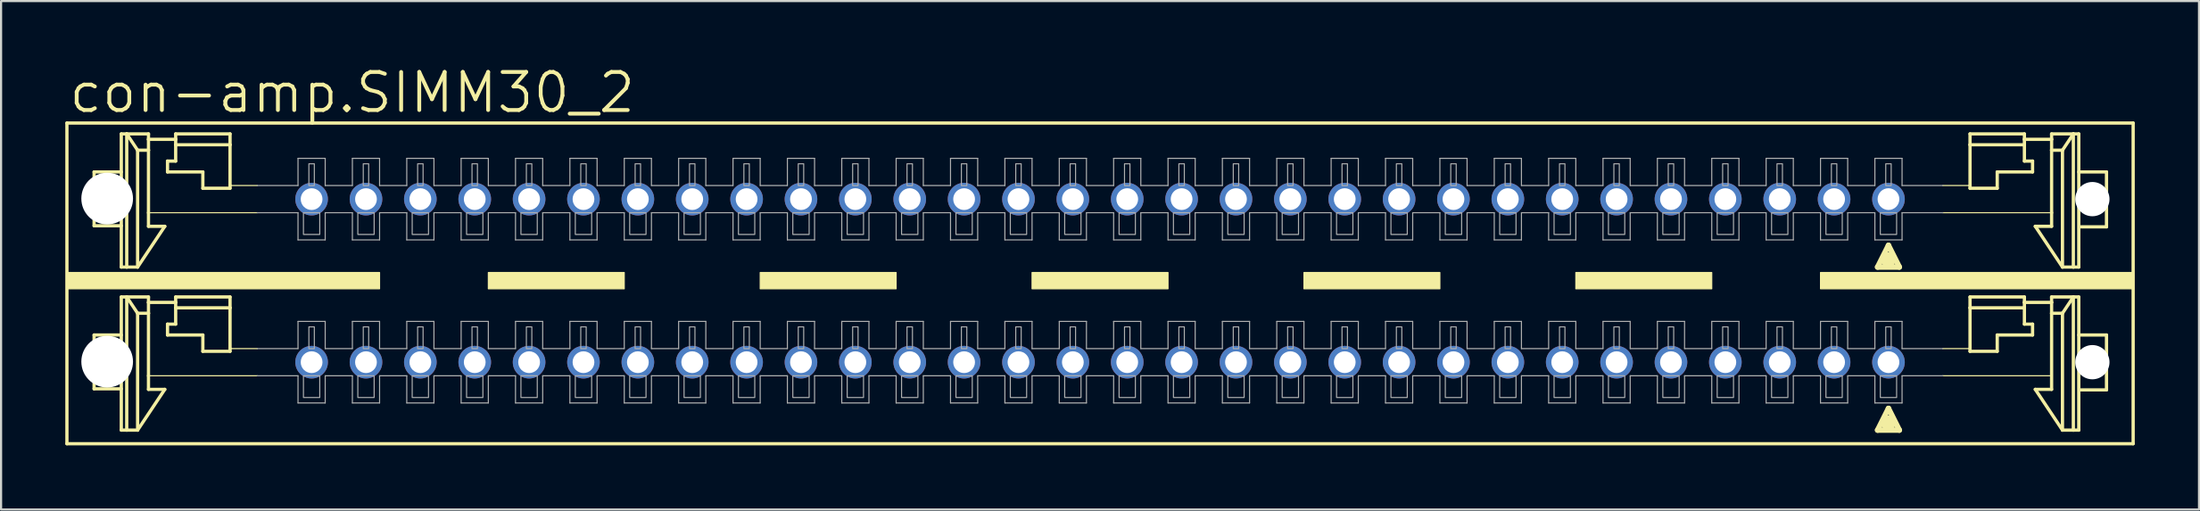
<source format=kicad_pcb>
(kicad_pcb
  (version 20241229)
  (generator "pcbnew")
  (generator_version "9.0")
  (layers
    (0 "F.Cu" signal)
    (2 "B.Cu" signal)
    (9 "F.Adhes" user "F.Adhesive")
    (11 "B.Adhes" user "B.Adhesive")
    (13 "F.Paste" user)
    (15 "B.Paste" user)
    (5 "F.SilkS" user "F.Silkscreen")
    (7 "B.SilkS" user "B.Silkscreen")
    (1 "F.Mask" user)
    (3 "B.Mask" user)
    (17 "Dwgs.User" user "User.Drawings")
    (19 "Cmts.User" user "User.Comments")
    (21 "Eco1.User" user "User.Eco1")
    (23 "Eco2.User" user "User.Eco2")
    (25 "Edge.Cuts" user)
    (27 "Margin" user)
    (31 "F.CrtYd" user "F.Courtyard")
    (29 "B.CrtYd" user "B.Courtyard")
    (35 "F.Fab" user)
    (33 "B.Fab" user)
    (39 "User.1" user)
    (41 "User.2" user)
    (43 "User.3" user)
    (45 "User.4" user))
  (footprint "con-amp.SIMM30_2"
    (layer "F.Cu")
    (at 49.606 10.065)
    (property "Reference" "con-amp.SIMM30_2" (at -49.53 -7.747 0) (layer "F.SilkS") (effects (font (size 1.778 1.778) (thickness 0.18)) (justify left bottom)))
    (attr through_hole)
    (fp_line (start -49.53 -7.366) (end -49.53 7.62) (stroke (width 0.152) (type default)) (layer "F.SilkS"))
    (fp_line (start -49.53 7.62) (end 46.99 7.62) (stroke (width 0.152) (type default)) (layer "F.SilkS"))
    (fp_line (start -48.26 -5.08) (end -48.26 -2.565) (stroke (width 0.152) (type default)) (layer "F.SilkS"))
    (fp_line (start -48.26 -2.565) (end -46.99 -2.565) (stroke (width 0.152) (type default)) (layer "F.SilkS"))
    (fp_line (start -48.26 2.54) (end -48.26 5.055) (stroke (width 0.152) (type default)) (layer "F.SilkS"))
    (fp_line (start -48.26 5.055) (end -46.99 5.055) (stroke (width 0.152) (type default)) (layer "F.SilkS"))
    (fp_line (start -46.99 -6.858) (end -46.99 -0.635) (stroke (width 0.152) (type default)) (layer "F.SilkS"))
    (fp_line (start -46.99 -6.858) (end -46.736 -6.858) (stroke (width 0.152) (type default)) (layer "F.SilkS"))
    (fp_line (start -46.99 -5.08) (end -48.26 -5.08) (stroke (width 0.152) (type default)) (layer "F.SilkS"))
    (fp_line (start -46.99 0.762) (end -46.99 6.985) (stroke (width 0.152) (type default)) (layer "F.SilkS"))
    (fp_line (start -46.99 0.762) (end -46.736 0.762) (stroke (width 0.152) (type default)) (layer "F.SilkS"))
    (fp_line (start -46.99 2.54) (end -48.26 2.54) (stroke (width 0.152) (type default)) (layer "F.SilkS"))
    (fp_line (start -46.736 -6.858) (end -46.736 -0.635) (stroke (width 0.152) (type default)) (layer "F.SilkS"))
    (fp_line (start -46.736 -6.858) (end -46.228 -6.096) (stroke (width 0.152) (type default)) (layer "F.SilkS"))
    (fp_line (start -46.736 -6.858) (end -45.72 -6.858) (stroke (width 0.152) (type default)) (layer "F.SilkS"))
    (fp_line (start -46.736 -0.635) (end -46.99 -0.635) (stroke (width 0.152) (type default)) (layer "F.SilkS"))
    (fp_line (start -46.736 0.762) (end -46.736 6.985) (stroke (width 0.152) (type default)) (layer "F.SilkS"))
    (fp_line (start -46.736 0.762) (end -46.228 1.524) (stroke (width 0.152) (type default)) (layer "F.SilkS"))
    (fp_line (start -46.736 0.762) (end -45.72 0.762) (stroke (width 0.152) (type default)) (layer "F.SilkS"))
    (fp_line (start -46.736 6.985) (end -46.99 6.985) (stroke (width 0.152) (type default)) (layer "F.SilkS"))
    (fp_line (start -46.228 -0.635) (end -46.736 -0.635) (stroke (width 0.152) (type default)) (layer "F.SilkS"))
    (fp_line (start -46.228 -0.635) (end -46.228 -6.096) (stroke (width 0.152) (type default)) (layer "F.SilkS"))
    (fp_line (start -46.228 6.985) (end -46.736 6.985) (stroke (width 0.152) (type default)) (layer "F.SilkS"))
    (fp_line (start -46.228 6.985) (end -46.228 1.524) (stroke (width 0.152) (type default)) (layer "F.SilkS"))
    (fp_line (start -45.72 -6.858) (end -45.72 -6.604) (stroke (width 0.152) (type default)) (layer "F.SilkS"))
    (fp_line (start -45.72 -6.604) (end -45.72 -6.096) (stroke (width 0.152) (type default)) (layer "F.SilkS"))
    (fp_line (start -45.72 -6.604) (end -44.45 -6.604) (stroke (width 0.152) (type default)) (layer "F.SilkS"))
    (fp_line (start -45.72 -6.096) (end -46.228 -6.096) (stroke (width 0.152) (type default)) (layer "F.SilkS"))
    (fp_line (start -45.72 -3.175) (end -45.72 -6.096) (stroke (width 0.152) (type default)) (layer "F.SilkS"))
    (fp_line (start -45.72 -2.54) (end -45.72 -3.175) (stroke (width 0.152) (type default)) (layer "F.SilkS"))
    (fp_line (start -45.72 -2.54) (end -44.958 -2.54) (stroke (width 0.152) (type default)) (layer "F.SilkS"))
    (fp_line (start -45.72 0.762) (end -45.72 1.016) (stroke (width 0.152) (type default)) (layer "F.SilkS"))
    (fp_line (start -45.72 1.016) (end -45.72 1.524) (stroke (width 0.152) (type default)) (layer "F.SilkS"))
    (fp_line (start -45.72 1.016) (end -44.45 1.016) (stroke (width 0.152) (type default)) (layer "F.SilkS"))
    (fp_line (start -45.72 1.524) (end -46.228 1.524) (stroke (width 0.152) (type default)) (layer "F.SilkS"))
    (fp_line (start -45.72 4.445) (end -45.72 1.524) (stroke (width 0.152) (type default)) (layer "F.SilkS"))
    (fp_line (start -45.72 5.08) (end -45.72 4.445) (stroke (width 0.152) (type default)) (layer "F.SilkS"))
    (fp_line (start -45.72 5.08) (end -44.958 5.08) (stroke (width 0.152) (type default)) (layer "F.SilkS"))
    (fp_line (start -44.958 -2.54) (end -46.228 -0.635) (stroke (width 0.152) (type default)) (layer "F.SilkS"))
    (fp_line (start -44.958 5.08) (end -46.228 6.985) (stroke (width 0.152) (type default)) (layer "F.SilkS"))
    (fp_line (start -44.831 -5.588) (end -44.45 -5.588) (stroke (width 0.152) (type default)) (layer "F.SilkS"))
    (fp_line (start -44.831 -5.08) (end -44.831 -5.588) (stroke (width 0.152) (type default)) (layer "F.SilkS"))
    (fp_line (start -44.831 2.032) (end -44.45 2.032) (stroke (width 0.152) (type default)) (layer "F.SilkS"))
    (fp_line (start -44.831 2.54) (end -44.831 2.032) (stroke (width 0.152) (type default)) (layer "F.SilkS"))
    (fp_line (start -44.45 -6.858) (end -41.91 -6.858) (stroke (width 0.152) (type default)) (layer "F.SilkS"))
    (fp_line (start -44.45 -6.604) (end -44.45 -6.858) (stroke (width 0.152) (type default)) (layer "F.SilkS"))
    (fp_line (start -44.45 -6.35) (end -44.45 -6.604) (stroke (width 0.152) (type default)) (layer "F.SilkS"))
    (fp_line (start -44.45 -6.35) (end -41.91 -6.35) (stroke (width 0.152) (type default)) (layer "F.SilkS"))
    (fp_line (start -44.45 -5.588) (end -44.45 -6.35) (stroke (width 0.152) (type default)) (layer "F.SilkS"))
    (fp_line (start -44.45 0.762) (end -41.91 0.762) (stroke (width 0.152) (type default)) (layer "F.SilkS"))
    (fp_line (start -44.45 1.016) (end -44.45 0.762) (stroke (width 0.152) (type default)) (layer "F.SilkS"))
    (fp_line (start -44.45 1.27) (end -44.45 1.016) (stroke (width 0.152) (type default)) (layer "F.SilkS"))
    (fp_line (start -44.45 1.27) (end -41.91 1.27) (stroke (width 0.152) (type default)) (layer "F.SilkS"))
    (fp_line (start -44.45 2.032) (end -44.45 1.27) (stroke (width 0.152) (type default)) (layer "F.SilkS"))
    (fp_line (start -43.18 -5.08) (end -44.831 -5.08) (stroke (width 0.152) (type default)) (layer "F.SilkS"))
    (fp_line (start -43.18 -4.318) (end -43.18 -5.08) (stroke (width 0.152) (type default)) (layer "F.SilkS"))
    (fp_line (start -43.18 2.54) (end -44.831 2.54) (stroke (width 0.152) (type default)) (layer "F.SilkS"))
    (fp_line (start -43.18 3.302) (end -43.18 2.54) (stroke (width 0.152) (type default)) (layer "F.SilkS"))
    (fp_line (start -41.91 -6.858) (end -41.91 -6.35) (stroke (width 0.152) (type default)) (layer "F.SilkS"))
    (fp_line (start -41.91 -6.35) (end -41.91 -4.445) (stroke (width 0.152) (type default)) (layer "F.SilkS"))
    (fp_line (start -41.91 -4.445) (end -41.91 -4.318) (stroke (width 0.152) (type default)) (layer "F.SilkS"))
    (fp_line (start -41.91 -4.318) (end -43.18 -4.318) (stroke (width 0.152) (type default)) (layer "F.SilkS"))
    (fp_line (start -41.91 0.762) (end -41.91 1.27) (stroke (width 0.152) (type default)) (layer "F.SilkS"))
    (fp_line (start -41.91 1.27) (end -41.91 3.175) (stroke (width 0.152) (type default)) (layer "F.SilkS"))
    (fp_line (start -41.91 3.175) (end -41.91 3.302) (stroke (width 0.152) (type default)) (layer "F.SilkS"))
    (fp_line (start -41.91 3.302) (end -43.18 3.302) (stroke (width 0.152) (type default)) (layer "F.SilkS"))
    (fp_line (start -40.64 -4.445) (end -41.91 -4.445) (stroke (width 0.051) (type default)) (layer "F.SilkS"))
    (fp_line (start -40.64 -3.175) (end -45.72 -3.175) (stroke (width 0.051) (type default)) (layer "F.SilkS"))
    (fp_line (start -40.64 3.175) (end -41.91 3.175) (stroke (width 0.051) (type default)) (layer "F.SilkS"))
    (fp_line (start -40.64 4.445) (end -45.72 4.445) (stroke (width 0.051) (type default)) (layer "F.SilkS"))
    (fp_line (start 35.052 -0.635) (end 36.068 -0.635) (stroke (width 0.254) (type default)) (layer "F.SilkS"))
    (fp_line (start 35.052 6.985) (end 36.068 6.985) (stroke (width 0.254) (type default)) (layer "F.SilkS"))
    (fp_line (start 35.56 -1.651) (end 35.052 -0.635) (stroke (width 0.254) (type default)) (layer "F.SilkS"))
    (fp_line (start 35.56 -1.016) (end 35.56 -0.889) (stroke (width 0.61) (type default)) (layer "F.SilkS"))
    (fp_line (start 35.56 5.969) (end 35.052 6.985) (stroke (width 0.254) (type default)) (layer "F.SilkS"))
    (fp_line (start 35.56 6.604) (end 35.56 6.731) (stroke (width 0.61) (type default)) (layer "F.SilkS"))
    (fp_line (start 36.068 -0.635) (end 35.56 -1.651) (stroke (width 0.254) (type default)) (layer "F.SilkS"))
    (fp_line (start 36.068 6.985) (end 35.56 5.969) (stroke (width 0.254) (type default)) (layer "F.SilkS"))
    (fp_line (start 38.1 -3.175) (end 43.18 -3.175) (stroke (width 0.051) (type default)) (layer "F.SilkS"))
    (fp_line (start 38.1 4.445) (end 43.129 4.445) (stroke (width 0.051) (type default)) (layer "F.SilkS"))
    (fp_line (start 39.37 -6.858) (end 39.37 -6.35) (stroke (width 0.152) (type default)) (layer "F.SilkS"))
    (fp_line (start 39.37 -6.35) (end 39.37 -4.445) (stroke (width 0.152) (type default)) (layer "F.SilkS"))
    (fp_line (start 39.37 -4.445) (end 38.1 -4.445) (stroke (width 0.051) (type default)) (layer "F.SilkS"))
    (fp_line (start 39.37 -4.445) (end 39.37 -4.318) (stroke (width 0.152) (type default)) (layer "F.SilkS"))
    (fp_line (start 39.37 -4.318) (end 40.64 -4.318) (stroke (width 0.152) (type default)) (layer "F.SilkS"))
    (fp_line (start 39.37 0.762) (end 39.37 1.27) (stroke (width 0.152) (type default)) (layer "F.SilkS"))
    (fp_line (start 39.37 1.27) (end 39.37 3.175) (stroke (width 0.152) (type default)) (layer "F.SilkS"))
    (fp_line (start 39.37 3.175) (end 38.1 3.175) (stroke (width 0.051) (type default)) (layer "F.SilkS"))
    (fp_line (start 39.37 3.175) (end 39.37 3.302) (stroke (width 0.152) (type default)) (layer "F.SilkS"))
    (fp_line (start 39.37 3.302) (end 40.64 3.302) (stroke (width 0.152) (type default)) (layer "F.SilkS"))
    (fp_line (start 40.64 -5.08) (end 42.291 -5.08) (stroke (width 0.152) (type default)) (layer "F.SilkS"))
    (fp_line (start 40.64 -4.318) (end 40.64 -5.08) (stroke (width 0.152) (type default)) (layer "F.SilkS"))
    (fp_line (start 40.64 2.54) (end 42.291 2.54) (stroke (width 0.152) (type default)) (layer "F.SilkS"))
    (fp_line (start 40.64 3.302) (end 40.64 2.54) (stroke (width 0.152) (type default)) (layer "F.SilkS"))
    (fp_line (start 41.91 -6.858) (end 39.37 -6.858) (stroke (width 0.152) (type default)) (layer "F.SilkS"))
    (fp_line (start 41.91 -6.604) (end 41.91 -6.858) (stroke (width 0.152) (type default)) (layer "F.SilkS"))
    (fp_line (start 41.91 -6.35) (end 39.37 -6.35) (stroke (width 0.152) (type default)) (layer "F.SilkS"))
    (fp_line (start 41.91 -6.35) (end 41.91 -6.604) (stroke (width 0.152) (type default)) (layer "F.SilkS"))
    (fp_line (start 41.91 -5.588) (end 41.91 -6.35) (stroke (width 0.152) (type default)) (layer "F.SilkS"))
    (fp_line (start 41.91 0.762) (end 39.37 0.762) (stroke (width 0.152) (type default)) (layer "F.SilkS"))
    (fp_line (start 41.91 1.016) (end 41.91 0.762) (stroke (width 0.152) (type default)) (layer "F.SilkS"))
    (fp_line (start 41.91 1.27) (end 39.37 1.27) (stroke (width 0.152) (type default)) (layer "F.SilkS"))
    (fp_line (start 41.91 1.27) (end 41.91 1.016) (stroke (width 0.152) (type default)) (layer "F.SilkS"))
    (fp_line (start 41.91 2.032) (end 41.91 1.27) (stroke (width 0.152) (type default)) (layer "F.SilkS"))
    (fp_line (start 42.291 -5.588) (end 41.91 -5.588) (stroke (width 0.152) (type default)) (layer "F.SilkS"))
    (fp_line (start 42.291 -5.08) (end 42.291 -5.588) (stroke (width 0.152) (type default)) (layer "F.SilkS"))
    (fp_line (start 42.291 2.032) (end 41.91 2.032) (stroke (width 0.152) (type default)) (layer "F.SilkS"))
    (fp_line (start 42.291 2.54) (end 42.291 2.032) (stroke (width 0.152) (type default)) (layer "F.SilkS"))
    (fp_line (start 42.418 -2.54) (end 43.688 -0.635) (stroke (width 0.152) (type default)) (layer "F.SilkS"))
    (fp_line (start 42.418 5.08) (end 43.688 6.985) (stroke (width 0.152) (type default)) (layer "F.SilkS"))
    (fp_line (start 43.18 -6.858) (end 43.18 -6.604) (stroke (width 0.152) (type default)) (layer "F.SilkS"))
    (fp_line (start 43.18 -6.604) (end 41.91 -6.604) (stroke (width 0.152) (type default)) (layer "F.SilkS"))
    (fp_line (start 43.18 -6.604) (end 43.18 -6.096) (stroke (width 0.152) (type default)) (layer "F.SilkS"))
    (fp_line (start 43.18 -6.096) (end 43.18 -3.175) (stroke (width 0.152) (type default)) (layer "F.SilkS"))
    (fp_line (start 43.18 -6.096) (end 43.688 -6.096) (stroke (width 0.152) (type default)) (layer "F.SilkS"))
    (fp_line (start 43.18 -3.175) (end 43.18 -2.54) (stroke (width 0.152) (type default)) (layer "F.SilkS"))
    (fp_line (start 43.18 -2.54) (end 42.418 -2.54) (stroke (width 0.152) (type default)) (layer "F.SilkS"))
    (fp_line (start 43.18 0.762) (end 43.18 1.016) (stroke (width 0.152) (type default)) (layer "F.SilkS"))
    (fp_line (start 43.18 1.016) (end 41.91 1.016) (stroke (width 0.152) (type default)) (layer "F.SilkS"))
    (fp_line (start 43.18 1.016) (end 43.18 1.524) (stroke (width 0.152) (type default)) (layer "F.SilkS"))
    (fp_line (start 43.18 1.524) (end 43.18 5.08) (stroke (width 0.152) (type default)) (layer "F.SilkS"))
    (fp_line (start 43.18 1.524) (end 43.688 1.524) (stroke (width 0.152) (type default)) (layer "F.SilkS"))
    (fp_line (start 43.18 5.08) (end 42.418 5.08) (stroke (width 0.152) (type default)) (layer "F.SilkS"))
    (fp_line (start 43.688 -0.635) (end 43.688 -6.096) (stroke (width 0.152) (type default)) (layer "F.SilkS"))
    (fp_line (start 43.688 -0.635) (end 44.196 -0.635) (stroke (width 0.152) (type default)) (layer "F.SilkS"))
    (fp_line (start 43.688 6.985) (end 43.688 1.524) (stroke (width 0.152) (type default)) (layer "F.SilkS"))
    (fp_line (start 43.688 6.985) (end 44.196 6.985) (stroke (width 0.152) (type default)) (layer "F.SilkS"))
    (fp_line (start 44.196 -6.858) (end 43.18 -6.858) (stroke (width 0.152) (type default)) (layer "F.SilkS"))
    (fp_line (start 44.196 -6.858) (end 43.688 -6.096) (stroke (width 0.152) (type default)) (layer "F.SilkS"))
    (fp_line (start 44.196 -6.858) (end 44.196 -0.635) (stroke (width 0.152) (type default)) (layer "F.SilkS"))
    (fp_line (start 44.196 -0.635) (end 44.45 -0.635) (stroke (width 0.152) (type default)) (layer "F.SilkS"))
    (fp_line (start 44.196 0.762) (end 43.18 0.762) (stroke (width 0.152) (type default)) (layer "F.SilkS"))
    (fp_line (start 44.196 0.762) (end 43.688 1.524) (stroke (width 0.152) (type default)) (layer "F.SilkS"))
    (fp_line (start 44.196 0.762) (end 44.196 6.985) (stroke (width 0.152) (type default)) (layer "F.SilkS"))
    (fp_line (start 44.196 6.985) (end 44.45 6.985) (stroke (width 0.152) (type default)) (layer "F.SilkS"))
    (fp_line (start 44.45 -6.858) (end 44.196 -6.858) (stroke (width 0.152) (type default)) (layer "F.SilkS"))
    (fp_line (start 44.45 -6.858) (end 44.45 -0.635) (stroke (width 0.152) (type default)) (layer "F.SilkS"))
    (fp_line (start 44.45 -5.08) (end 45.745 -5.08) (stroke (width 0.152) (type default)) (layer "F.SilkS"))
    (fp_line (start 44.45 0.762) (end 44.196 0.762) (stroke (width 0.152) (type default)) (layer "F.SilkS"))
    (fp_line (start 44.45 0.762) (end 44.45 6.985) (stroke (width 0.152) (type default)) (layer "F.SilkS"))
    (fp_line (start 44.45 2.54) (end 45.745 2.54) (stroke (width 0.152) (type default)) (layer "F.SilkS"))
    (fp_line (start 45.745 -5.08) (end 45.745 -2.515) (stroke (width 0.152) (type default)) (layer "F.SilkS"))
    (fp_line (start 45.745 -2.515) (end 44.552 -2.515) (stroke (width 0.152) (type default)) (layer "F.SilkS"))
    (fp_line (start 45.745 2.54) (end 45.745 5.105) (stroke (width 0.152) (type default)) (layer "F.SilkS"))
    (fp_line (start 45.745 5.105) (end 44.552 5.105) (stroke (width 0.152) (type default)) (layer "F.SilkS"))
    (fp_line (start 46.99 -7.366) (end -49.53 -7.366) (stroke (width 0.152) (type default)) (layer "F.SilkS"))
    (fp_line (start 46.99 7.62) (end 46.99 -7.366) (stroke (width 0.152) (type default)) (layer "F.SilkS"))
    (fp_rect (start -49.53 0.381) (end -34.925 -0.381) (stroke (width 0.05) (type default)) (fill yes) (layer "F.SilkS"))
    (fp_rect (start -29.845 0.381) (end -23.495 -0.381) (stroke (width 0.05) (type default)) (fill yes) (layer "F.SilkS"))
    (fp_rect (start -17.145 0.381) (end -10.795 -0.381) (stroke (width 0.05) (type default)) (fill yes) (layer "F.SilkS"))
    (fp_rect (start -4.445 0.381) (end 1.905 -0.381) (stroke (width 0.05) (type default)) (fill yes) (layer "F.SilkS"))
    (fp_rect (start 8.255 0.381) (end 14.605 -0.381) (stroke (width 0.05) (type default)) (fill yes) (layer "F.SilkS"))
    (fp_rect (start 20.955 0.381) (end 27.305 -0.381) (stroke (width 0.05) (type default)) (fill yes) (layer "F.SilkS"))
    (fp_rect (start 32.385 0.381) (end 46.99 -0.381) (stroke (width 0.05) (type default)) (fill yes) (layer "F.SilkS"))
    (fp_line (start -38.735 -4.445) (end -40.64 -4.445) (stroke (width 0.051) (type default)) (layer "F.Fab"))
    (fp_line (start -38.735 -4.445) (end -38.735 -5.715) (stroke (width 0.051) (type default)) (layer "F.Fab"))
    (fp_line (start -38.735 -3.175) (end -40.64 -3.175) (stroke (width 0.051) (type default)) (layer "F.Fab"))
    (fp_line (start -38.735 -3.175) (end -38.735 -1.905) (stroke (width 0.051) (type default)) (layer "F.Fab"))
    (fp_line (start -38.735 3.175) (end -40.64 3.175) (stroke (width 0.051) (type default)) (layer "F.Fab"))
    (fp_line (start -38.735 3.175) (end -38.735 1.905) (stroke (width 0.051) (type default)) (layer "F.Fab"))
    (fp_line (start -38.735 4.445) (end -40.64 4.445) (stroke (width 0.051) (type default)) (layer "F.Fab"))
    (fp_line (start -38.735 4.445) (end -38.735 5.715) (stroke (width 0.051) (type default)) (layer "F.Fab"))
    (fp_line (start -37.465 -5.715) (end -38.735 -5.715) (stroke (width 0.051) (type default)) (layer "F.Fab"))
    (fp_line (start -37.465 -5.715) (end -37.465 -4.445) (stroke (width 0.051) (type default)) (layer "F.Fab"))
    (fp_line (start -37.465 -1.905) (end -38.735 -1.905) (stroke (width 0.051) (type default)) (layer "F.Fab"))
    (fp_line (start -37.465 -1.905) (end -37.465 -3.175) (stroke (width 0.051) (type default)) (layer "F.Fab"))
    (fp_line (start -37.465 1.905) (end -38.735 1.905) (stroke (width 0.051) (type default)) (layer "F.Fab"))
    (fp_line (start -37.465 1.905) (end -37.465 3.175) (stroke (width 0.051) (type default)) (layer "F.Fab"))
    (fp_line (start -37.465 5.715) (end -38.735 5.715) (stroke (width 0.051) (type default)) (layer "F.Fab"))
    (fp_line (start -37.465 5.715) (end -37.465 4.445) (stroke (width 0.051) (type default)) (layer "F.Fab"))
    (fp_line (start -36.195 -4.445) (end -37.465 -4.445) (stroke (width 0.051) (type default)) (layer "F.Fab"))
    (fp_line (start -36.195 -4.445) (end -36.195 -5.715) (stroke (width 0.051) (type default)) (layer "F.Fab"))
    (fp_line (start -36.195 -3.175) (end -37.465 -3.175) (stroke (width 0.051) (type default)) (layer "F.Fab"))
    (fp_line (start -36.195 -3.175) (end -36.195 -1.905) (stroke (width 0.051) (type default)) (layer "F.Fab"))
    (fp_line (start -36.195 3.175) (end -37.465 3.175) (stroke (width 0.051) (type default)) (layer "F.Fab"))
    (fp_line (start -36.195 3.175) (end -36.195 1.905) (stroke (width 0.051) (type default)) (layer "F.Fab"))
    (fp_line (start -36.195 4.445) (end -37.465 4.445) (stroke (width 0.051) (type default)) (layer "F.Fab"))
    (fp_line (start -36.195 4.445) (end -36.195 5.715) (stroke (width 0.051) (type default)) (layer "F.Fab"))
    (fp_line (start -34.925 -5.715) (end -36.195 -5.715) (stroke (width 0.051) (type default)) (layer "F.Fab"))
    (fp_line (start -34.925 -5.715) (end -34.925 -4.445) (stroke (width 0.051) (type default)) (layer "F.Fab"))
    (fp_line (start -34.925 -1.905) (end -36.195 -1.905) (stroke (width 0.051) (type default)) (layer "F.Fab"))
    (fp_line (start -34.925 -1.905) (end -34.925 -3.175) (stroke (width 0.051) (type default)) (layer "F.Fab"))
    (fp_line (start -34.925 1.905) (end -36.195 1.905) (stroke (width 0.051) (type default)) (layer "F.Fab"))
    (fp_line (start -34.925 1.905) (end -34.925 3.175) (stroke (width 0.051) (type default)) (layer "F.Fab"))
    (fp_line (start -34.925 5.715) (end -36.195 5.715) (stroke (width 0.051) (type default)) (layer "F.Fab"))
    (fp_line (start -34.925 5.715) (end -34.925 4.445) (stroke (width 0.051) (type default)) (layer "F.Fab"))
    (fp_line (start -33.655 -4.445) (end -34.925 -4.445) (stroke (width 0.051) (type default)) (layer "F.Fab"))
    (fp_line (start -33.655 -4.445) (end -33.655 -5.715) (stroke (width 0.051) (type default)) (layer "F.Fab"))
    (fp_line (start -33.655 -3.175) (end -34.925 -3.175) (stroke (width 0.051) (type default)) (layer "F.Fab"))
    (fp_line (start -33.655 -3.175) (end -33.655 -1.905) (stroke (width 0.051) (type default)) (layer "F.Fab"))
    (fp_line (start -33.655 3.175) (end -34.925 3.175) (stroke (width 0.051) (type default)) (layer "F.Fab"))
    (fp_line (start -33.655 3.175) (end -33.655 1.905) (stroke (width 0.051) (type default)) (layer "F.Fab"))
    (fp_line (start -33.655 4.445) (end -34.925 4.445) (stroke (width 0.051) (type default)) (layer "F.Fab"))
    (fp_line (start -33.655 4.445) (end -33.655 5.715) (stroke (width 0.051) (type default)) (layer "F.Fab"))
    (fp_line (start -32.385 -5.715) (end -33.655 -5.715) (stroke (width 0.051) (type default)) (layer "F.Fab"))
    (fp_line (start -32.385 -5.715) (end -32.385 -4.445) (stroke (width 0.051) (type default)) (layer "F.Fab"))
    (fp_line (start -32.385 -1.905) (end -33.655 -1.905) (stroke (width 0.051) (type default)) (layer "F.Fab"))
    (fp_line (start -32.385 -1.905) (end -32.385 -3.175) (stroke (width 0.051) (type default)) (layer "F.Fab"))
    (fp_line (start -32.385 1.905) (end -33.655 1.905) (stroke (width 0.051) (type default)) (layer "F.Fab"))
    (fp_line (start -32.385 1.905) (end -32.385 3.175) (stroke (width 0.051) (type default)) (layer "F.Fab"))
    (fp_line (start -32.385 5.715) (end -33.655 5.715) (stroke (width 0.051) (type default)) (layer "F.Fab"))
    (fp_line (start -32.385 5.715) (end -32.385 4.445) (stroke (width 0.051) (type default)) (layer "F.Fab"))
    (fp_line (start -31.115 -4.445) (end -32.385 -4.445) (stroke (width 0.051) (type default)) (layer "F.Fab"))
    (fp_line (start -31.115 -4.445) (end -31.115 -5.715) (stroke (width 0.051) (type default)) (layer "F.Fab"))
    (fp_line (start -31.115 -3.175) (end -32.385 -3.175) (stroke (width 0.051) (type default)) (layer "F.Fab"))
    (fp_line (start -31.115 -3.175) (end -31.115 -1.905) (stroke (width 0.051) (type default)) (layer "F.Fab"))
    (fp_line (start -31.115 3.175) (end -32.385 3.175) (stroke (width 0.051) (type default)) (layer "F.Fab"))
    (fp_line (start -31.115 3.175) (end -31.115 1.905) (stroke (width 0.051) (type default)) (layer "F.Fab"))
    (fp_line (start -31.115 4.445) (end -32.385 4.445) (stroke (width 0.051) (type default)) (layer "F.Fab"))
    (fp_line (start -31.115 4.445) (end -31.115 5.715) (stroke (width 0.051) (type default)) (layer "F.Fab"))
    (fp_line (start -29.845 -5.715) (end -31.115 -5.715) (stroke (width 0.051) (type default)) (layer "F.Fab"))
    (fp_line (start -29.845 -5.715) (end -29.845 -4.445) (stroke (width 0.051) (type default)) (layer "F.Fab"))
    (fp_line (start -29.845 -1.905) (end -31.115 -1.905) (stroke (width 0.051) (type default)) (layer "F.Fab"))
    (fp_line (start -29.845 -1.905) (end -29.845 -3.175) (stroke (width 0.051) (type default)) (layer "F.Fab"))
    (fp_line (start -29.845 1.905) (end -31.115 1.905) (stroke (width 0.051) (type default)) (layer "F.Fab"))
    (fp_line (start -29.845 1.905) (end -29.845 3.175) (stroke (width 0.051) (type default)) (layer "F.Fab"))
    (fp_line (start -29.845 5.715) (end -31.115 5.715) (stroke (width 0.051) (type default)) (layer "F.Fab"))
    (fp_line (start -29.845 5.715) (end -29.845 4.445) (stroke (width 0.051) (type default)) (layer "F.Fab"))
    (fp_line (start -28.575 -4.445) (end -29.845 -4.445) (stroke (width 0.051) (type default)) (layer "F.Fab"))
    (fp_line (start -28.575 -4.445) (end -28.575 -5.715) (stroke (width 0.051) (type default)) (layer "F.Fab"))
    (fp_line (start -28.575 -3.175) (end -29.845 -3.175) (stroke (width 0.051) (type default)) (layer "F.Fab"))
    (fp_line (start -28.575 -3.175) (end -28.575 -1.905) (stroke (width 0.051) (type default)) (layer "F.Fab"))
    (fp_line (start -28.575 3.175) (end -29.845 3.175) (stroke (width 0.051) (type default)) (layer "F.Fab"))
    (fp_line (start -28.575 3.175) (end -28.575 1.905) (stroke (width 0.051) (type default)) (layer "F.Fab"))
    (fp_line (start -28.575 4.445) (end -29.845 4.445) (stroke (width 0.051) (type default)) (layer "F.Fab"))
    (fp_line (start -28.575 4.445) (end -28.575 5.715) (stroke (width 0.051) (type default)) (layer "F.Fab"))
    (fp_line (start -27.305 -5.715) (end -28.575 -5.715) (stroke (width 0.051) (type default)) (layer "F.Fab"))
    (fp_line (start -27.305 -5.715) (end -27.305 -4.445) (stroke (width 0.051) (type default)) (layer "F.Fab"))
    (fp_line (start -27.305 -1.905) (end -28.575 -1.905) (stroke (width 0.051) (type default)) (layer "F.Fab"))
    (fp_line (start -27.305 -1.905) (end -27.305 -3.175) (stroke (width 0.051) (type default)) (layer "F.Fab"))
    (fp_line (start -27.305 1.905) (end -28.575 1.905) (stroke (width 0.051) (type default)) (layer "F.Fab"))
    (fp_line (start -27.305 1.905) (end -27.305 3.175) (stroke (width 0.051) (type default)) (layer "F.Fab"))
    (fp_line (start -27.305 5.715) (end -28.575 5.715) (stroke (width 0.051) (type default)) (layer "F.Fab"))
    (fp_line (start -27.305 5.715) (end -27.305 4.445) (stroke (width 0.051) (type default)) (layer "F.Fab"))
    (fp_line (start -26.035 -4.445) (end -27.305 -4.445) (stroke (width 0.051) (type default)) (layer "F.Fab"))
    (fp_line (start -26.035 -4.445) (end -26.035 -5.715) (stroke (width 0.051) (type default)) (layer "F.Fab"))
    (fp_line (start -26.035 -3.175) (end -27.305 -3.175) (stroke (width 0.051) (type default)) (layer "F.Fab"))
    (fp_line (start -26.035 -3.175) (end -26.035 -1.905) (stroke (width 0.051) (type default)) (layer "F.Fab"))
    (fp_line (start -26.035 3.175) (end -27.305 3.175) (stroke (width 0.051) (type default)) (layer "F.Fab"))
    (fp_line (start -26.035 3.175) (end -26.035 1.905) (stroke (width 0.051) (type default)) (layer "F.Fab"))
    (fp_line (start -26.035 4.445) (end -27.305 4.445) (stroke (width 0.051) (type default)) (layer "F.Fab"))
    (fp_line (start -26.035 4.445) (end -26.035 5.715) (stroke (width 0.051) (type default)) (layer "F.Fab"))
    (fp_line (start -24.765 -5.715) (end -26.035 -5.715) (stroke (width 0.051) (type default)) (layer "F.Fab"))
    (fp_line (start -24.765 -5.715) (end -24.765 -4.445) (stroke (width 0.051) (type default)) (layer "F.Fab"))
    (fp_line (start -24.765 -1.905) (end -26.035 -1.905) (stroke (width 0.051) (type default)) (layer "F.Fab"))
    (fp_line (start -24.765 -1.905) (end -24.765 -3.175) (stroke (width 0.051) (type default)) (layer "F.Fab"))
    (fp_line (start -24.765 1.905) (end -26.035 1.905) (stroke (width 0.051) (type default)) (layer "F.Fab"))
    (fp_line (start -24.765 1.905) (end -24.765 3.175) (stroke (width 0.051) (type default)) (layer "F.Fab"))
    (fp_line (start -24.765 5.715) (end -26.035 5.715) (stroke (width 0.051) (type default)) (layer "F.Fab"))
    (fp_line (start -24.765 5.715) (end -24.765 4.445) (stroke (width 0.051) (type default)) (layer "F.Fab"))
    (fp_line (start -23.495 -4.445) (end -24.765 -4.445) (stroke (width 0.051) (type default)) (layer "F.Fab"))
    (fp_line (start -23.495 -4.445) (end -23.495 -5.715) (stroke (width 0.051) (type default)) (layer "F.Fab"))
    (fp_line (start -23.495 -3.175) (end -24.765 -3.175) (stroke (width 0.051) (type default)) (layer "F.Fab"))
    (fp_line (start -23.495 -3.175) (end -23.495 -1.905) (stroke (width 0.051) (type default)) (layer "F.Fab"))
    (fp_line (start -23.495 3.175) (end -24.765 3.175) (stroke (width 0.051) (type default)) (layer "F.Fab"))
    (fp_line (start -23.495 3.175) (end -23.495 1.905) (stroke (width 0.051) (type default)) (layer "F.Fab"))
    (fp_line (start -23.495 4.445) (end -24.765 4.445) (stroke (width 0.051) (type default)) (layer "F.Fab"))
    (fp_line (start -23.495 4.445) (end -23.495 5.715) (stroke (width 0.051) (type default)) (layer "F.Fab"))
    (fp_line (start -22.225 -5.715) (end -23.495 -5.715) (stroke (width 0.051) (type default)) (layer "F.Fab"))
    (fp_line (start -22.225 -5.715) (end -22.225 -4.445) (stroke (width 0.051) (type default)) (layer "F.Fab"))
    (fp_line (start -22.225 -1.905) (end -23.495 -1.905) (stroke (width 0.051) (type default)) (layer "F.Fab"))
    (fp_line (start -22.225 -1.905) (end -22.225 -3.175) (stroke (width 0.051) (type default)) (layer "F.Fab"))
    (fp_line (start -22.225 1.905) (end -23.495 1.905) (stroke (width 0.051) (type default)) (layer "F.Fab"))
    (fp_line (start -22.225 1.905) (end -22.225 3.175) (stroke (width 0.051) (type default)) (layer "F.Fab"))
    (fp_line (start -22.225 5.715) (end -23.495 5.715) (stroke (width 0.051) (type default)) (layer "F.Fab"))
    (fp_line (start -22.225 5.715) (end -22.225 4.445) (stroke (width 0.051) (type default)) (layer "F.Fab"))
    (fp_line (start -20.955 -4.445) (end -22.225 -4.445) (stroke (width 0.051) (type default)) (layer "F.Fab"))
    (fp_line (start -20.955 -4.445) (end -20.955 -5.715) (stroke (width 0.051) (type default)) (layer "F.Fab"))
    (fp_line (start -20.955 -3.175) (end -22.225 -3.175) (stroke (width 0.051) (type default)) (layer "F.Fab"))
    (fp_line (start -20.955 -3.175) (end -20.955 -1.905) (stroke (width 0.051) (type default)) (layer "F.Fab"))
    (fp_line (start -20.955 3.175) (end -22.225 3.175) (stroke (width 0.051) (type default)) (layer "F.Fab"))
    (fp_line (start -20.955 3.175) (end -20.955 1.905) (stroke (width 0.051) (type default)) (layer "F.Fab"))
    (fp_line (start -20.955 4.445) (end -22.225 4.445) (stroke (width 0.051) (type default)) (layer "F.Fab"))
    (fp_line (start -20.955 4.445) (end -20.955 5.715) (stroke (width 0.051) (type default)) (layer "F.Fab"))
    (fp_line (start -19.685 -5.715) (end -20.955 -5.715) (stroke (width 0.051) (type default)) (layer "F.Fab"))
    (fp_line (start -19.685 -5.715) (end -19.685 -4.445) (stroke (width 0.051) (type default)) (layer "F.Fab"))
    (fp_line (start -19.685 -1.905) (end -20.955 -1.905) (stroke (width 0.051) (type default)) (layer "F.Fab"))
    (fp_line (start -19.685 -1.905) (end -19.685 -3.175) (stroke (width 0.051) (type default)) (layer "F.Fab"))
    (fp_line (start -19.685 1.905) (end -20.955 1.905) (stroke (width 0.051) (type default)) (layer "F.Fab"))
    (fp_line (start -19.685 1.905) (end -19.685 3.175) (stroke (width 0.051) (type default)) (layer "F.Fab"))
    (fp_line (start -19.685 5.715) (end -20.955 5.715) (stroke (width 0.051) (type default)) (layer "F.Fab"))
    (fp_line (start -19.685 5.715) (end -19.685 4.445) (stroke (width 0.051) (type default)) (layer "F.Fab"))
    (fp_line (start -18.415 -5.715) (end -17.145 -5.715) (stroke (width 0.051) (type default)) (layer "F.Fab"))
    (fp_line (start -18.415 -4.445) (end -19.685 -4.445) (stroke (width 0.051) (type default)) (layer "F.Fab"))
    (fp_line (start -18.415 -4.445) (end -18.415 -5.715) (stroke (width 0.051) (type default)) (layer "F.Fab"))
    (fp_line (start -18.415 -3.175) (end -19.685 -3.175) (stroke (width 0.051) (type default)) (layer "F.Fab"))
    (fp_line (start -18.415 -1.905) (end -18.415 -3.175) (stroke (width 0.051) (type default)) (layer "F.Fab"))
    (fp_line (start -18.415 -1.905) (end -17.145 -1.905) (stroke (width 0.051) (type default)) (layer "F.Fab"))
    (fp_line (start -18.415 1.905) (end -17.145 1.905) (stroke (width 0.051) (type default)) (layer "F.Fab"))
    (fp_line (start -18.415 3.175) (end -19.685 3.175) (stroke (width 0.051) (type default)) (layer "F.Fab"))
    (fp_line (start -18.415 3.175) (end -18.415 1.905) (stroke (width 0.051) (type default)) (layer "F.Fab"))
    (fp_line (start -18.415 4.445) (end -19.685 4.445) (stroke (width 0.051) (type default)) (layer "F.Fab"))
    (fp_line (start -18.415 5.715) (end -18.415 4.445) (stroke (width 0.051) (type default)) (layer "F.Fab"))
    (fp_line (start -18.415 5.715) (end -17.145 5.715) (stroke (width 0.051) (type default)) (layer "F.Fab"))
    (fp_line (start -17.145 -5.715) (end -17.145 -4.445) (stroke (width 0.051) (type default)) (layer "F.Fab"))
    (fp_line (start -17.145 -4.445) (end -15.875 -4.445) (stroke (width 0.051) (type default)) (layer "F.Fab"))
    (fp_line (start -17.145 -3.175) (end -15.875 -3.175) (stroke (width 0.051) (type default)) (layer "F.Fab"))
    (fp_line (start -17.145 -1.905) (end -17.145 -3.175) (stroke (width 0.051) (type default)) (layer "F.Fab"))
    (fp_line (start -17.145 1.905) (end -17.145 3.175) (stroke (width 0.051) (type default)) (layer "F.Fab"))
    (fp_line (start -17.145 3.175) (end -15.875 3.175) (stroke (width 0.051) (type default)) (layer "F.Fab"))
    (fp_line (start -17.145 4.445) (end -15.875 4.445) (stroke (width 0.051) (type default)) (layer "F.Fab"))
    (fp_line (start -17.145 5.715) (end -17.145 4.445) (stroke (width 0.051) (type default)) (layer "F.Fab"))
    (fp_line (start -15.875 -5.715) (end -14.605 -5.715) (stroke (width 0.051) (type default)) (layer "F.Fab"))
    (fp_line (start -15.875 -4.445) (end -15.875 -5.715) (stroke (width 0.051) (type default)) (layer "F.Fab"))
    (fp_line (start -15.875 -3.175) (end -15.875 -1.905) (stroke (width 0.051) (type default)) (layer "F.Fab"))
    (fp_line (start -15.875 -1.905) (end -14.605 -1.905) (stroke (width 0.051) (type default)) (layer "F.Fab"))
    (fp_line (start -15.875 1.905) (end -14.605 1.905) (stroke (width 0.051) (type default)) (layer "F.Fab"))
    (fp_line (start -15.875 3.175) (end -15.875 1.905) (stroke (width 0.051) (type default)) (layer "F.Fab"))
    (fp_line (start -15.875 4.445) (end -15.875 5.715) (stroke (width 0.051) (type default)) (layer "F.Fab"))
    (fp_line (start -15.875 5.715) (end -14.605 5.715) (stroke (width 0.051) (type default)) (layer "F.Fab"))
    (fp_line (start -14.605 -5.715) (end -14.605 -4.445) (stroke (width 0.051) (type default)) (layer "F.Fab"))
    (fp_line (start -14.605 -4.445) (end -13.335 -4.445) (stroke (width 0.051) (type default)) (layer "F.Fab"))
    (fp_line (start -14.605 -3.175) (end -14.605 -1.905) (stroke (width 0.051) (type default)) (layer "F.Fab"))
    (fp_line (start -14.605 -3.175) (end -13.335 -3.175) (stroke (width 0.051) (type default)) (layer "F.Fab"))
    (fp_line (start -14.605 1.905) (end -14.605 3.175) (stroke (width 0.051) (type default)) (layer "F.Fab"))
    (fp_line (start -14.605 3.175) (end -13.335 3.175) (stroke (width 0.051) (type default)) (layer "F.Fab"))
    (fp_line (start -14.605 4.445) (end -14.605 5.715) (stroke (width 0.051) (type default)) (layer "F.Fab"))
    (fp_line (start -14.605 4.445) (end -13.335 4.445) (stroke (width 0.051) (type default)) (layer "F.Fab"))
    (fp_line (start -13.335 -4.445) (end -13.335 -5.715) (stroke (width 0.051) (type default)) (layer "F.Fab"))
    (fp_line (start -13.335 -1.905) (end -13.335 -3.175) (stroke (width 0.051) (type default)) (layer "F.Fab"))
    (fp_line (start -13.335 -1.905) (end -12.065 -1.905) (stroke (width 0.051) (type default)) (layer "F.Fab"))
    (fp_line (start -13.335 3.175) (end -13.335 1.905) (stroke (width 0.051) (type default)) (layer "F.Fab"))
    (fp_line (start -13.335 5.715) (end -13.335 4.445) (stroke (width 0.051) (type default)) (layer "F.Fab"))
    (fp_line (start -13.335 5.715) (end -12.065 5.715) (stroke (width 0.051) (type default)) (layer "F.Fab"))
    (fp_line (start -12.065 -5.715) (end -13.335 -5.715) (stroke (width 0.051) (type default)) (layer "F.Fab"))
    (fp_line (start -12.065 -5.715) (end -12.065 -4.445) (stroke (width 0.051) (type default)) (layer "F.Fab"))
    (fp_line (start -12.065 -3.175) (end -10.795 -3.175) (stroke (width 0.051) (type default)) (layer "F.Fab"))
    (fp_line (start -12.065 -1.905) (end -12.065 -3.175) (stroke (width 0.051) (type default)) (layer "F.Fab"))
    (fp_line (start -12.065 1.905) (end -13.335 1.905) (stroke (width 0.051) (type default)) (layer "F.Fab"))
    (fp_line (start -12.065 1.905) (end -12.065 3.175) (stroke (width 0.051) (type default)) (layer "F.Fab"))
    (fp_line (start -12.065 4.445) (end -10.795 4.445) (stroke (width 0.051) (type default)) (layer "F.Fab"))
    (fp_line (start -12.065 5.715) (end -12.065 4.445) (stroke (width 0.051) (type default)) (layer "F.Fab"))
    (fp_line (start -10.795 -4.445) (end -12.065 -4.445) (stroke (width 0.051) (type default)) (layer "F.Fab"))
    (fp_line (start -10.795 -4.445) (end -10.795 -5.715) (stroke (width 0.051) (type default)) (layer "F.Fab"))
    (fp_line (start -10.795 -1.905) (end -10.795 -3.175) (stroke (width 0.051) (type default)) (layer "F.Fab"))
    (fp_line (start -10.795 -1.905) (end -9.525 -1.905) (stroke (width 0.051) (type default)) (layer "F.Fab"))
    (fp_line (start -10.795 3.175) (end -12.065 3.175) (stroke (width 0.051) (type default)) (layer "F.Fab"))
    (fp_line (start -10.795 3.175) (end -10.795 1.905) (stroke (width 0.051) (type default)) (layer "F.Fab"))
    (fp_line (start -10.795 5.715) (end -10.795 4.445) (stroke (width 0.051) (type default)) (layer "F.Fab"))
    (fp_line (start -10.795 5.715) (end -9.525 5.715) (stroke (width 0.051) (type default)) (layer "F.Fab"))
    (fp_line (start -9.525 -5.715) (end -10.795 -5.715) (stroke (width 0.051) (type default)) (layer "F.Fab"))
    (fp_line (start -9.525 -5.715) (end -9.525 -4.445) (stroke (width 0.051) (type default)) (layer "F.Fab"))
    (fp_line (start -9.525 -3.175) (end -8.255 -3.175) (stroke (width 0.051) (type default)) (layer "F.Fab"))
    (fp_line (start -9.525 -1.905) (end -9.525 -3.175) (stroke (width 0.051) (type default)) (layer "F.Fab"))
    (fp_line (start -9.525 1.905) (end -10.795 1.905) (stroke (width 0.051) (type default)) (layer "F.Fab"))
    (fp_line (start -9.525 1.905) (end -9.525 3.175) (stroke (width 0.051) (type default)) (layer "F.Fab"))
    (fp_line (start -9.525 4.445) (end -8.255 4.445) (stroke (width 0.051) (type default)) (layer "F.Fab"))
    (fp_line (start -9.525 5.715) (end -9.525 4.445) (stroke (width 0.051) (type default)) (layer "F.Fab"))
    (fp_line (start -8.255 -4.445) (end -9.525 -4.445) (stroke (width 0.051) (type default)) (layer "F.Fab"))
    (fp_line (start -8.255 -4.445) (end -8.255 -5.715) (stroke (width 0.051) (type default)) (layer "F.Fab"))
    (fp_line (start -8.255 -1.905) (end -8.255 -3.175) (stroke (width 0.051) (type default)) (layer "F.Fab"))
    (fp_line (start -8.255 -1.905) (end -6.985 -1.905) (stroke (width 0.051) (type default)) (layer "F.Fab"))
    (fp_line (start -8.255 3.175) (end -9.525 3.175) (stroke (width 0.051) (type default)) (layer "F.Fab"))
    (fp_line (start -8.255 3.175) (end -8.255 1.905) (stroke (width 0.051) (type default)) (layer "F.Fab"))
    (fp_line (start -8.255 5.715) (end -8.255 4.445) (stroke (width 0.051) (type default)) (layer "F.Fab"))
    (fp_line (start -8.255 5.715) (end -6.985 5.715) (stroke (width 0.051) (type default)) (layer "F.Fab"))
    (fp_line (start -6.985 -5.715) (end -8.255 -5.715) (stroke (width 0.051) (type default)) (layer "F.Fab"))
    (fp_line (start -6.985 -5.715) (end -6.985 -4.445) (stroke (width 0.051) (type default)) (layer "F.Fab"))
    (fp_line (start -6.985 -3.175) (end -5.715 -3.175) (stroke (width 0.051) (type default)) (layer "F.Fab"))
    (fp_line (start -6.985 -1.905) (end -6.985 -3.175) (stroke (width 0.051) (type default)) (layer "F.Fab"))
    (fp_line (start -6.985 1.905) (end -8.255 1.905) (stroke (width 0.051) (type default)) (layer "F.Fab"))
    (fp_line (start -6.985 1.905) (end -6.985 3.175) (stroke (width 0.051) (type default)) (layer "F.Fab"))
    (fp_line (start -6.985 4.445) (end -5.715 4.445) (stroke (width 0.051) (type default)) (layer "F.Fab"))
    (fp_line (start -6.985 5.715) (end -6.985 4.445) (stroke (width 0.051) (type default)) (layer "F.Fab"))
    (fp_line (start -5.715 -4.445) (end -6.985 -4.445) (stroke (width 0.051) (type default)) (layer "F.Fab"))
    (fp_line (start -5.715 -4.445) (end -5.715 -5.715) (stroke (width 0.051) (type default)) (layer "F.Fab"))
    (fp_line (start -5.715 -1.905) (end -5.715 -3.175) (stroke (width 0.051) (type default)) (layer "F.Fab"))
    (fp_line (start -5.715 -1.905) (end -4.445 -1.905) (stroke (width 0.051) (type default)) (layer "F.Fab"))
    (fp_line (start -5.715 3.175) (end -6.985 3.175) (stroke (width 0.051) (type default)) (layer "F.Fab"))
    (fp_line (start -5.715 3.175) (end -5.715 1.905) (stroke (width 0.051) (type default)) (layer "F.Fab"))
    (fp_line (start -5.715 5.715) (end -5.715 4.445) (stroke (width 0.051) (type default)) (layer "F.Fab"))
    (fp_line (start -5.715 5.715) (end -4.445 5.715) (stroke (width 0.051) (type default)) (layer "F.Fab"))
    (fp_line (start -4.445 -5.715) (end -5.715 -5.715) (stroke (width 0.051) (type default)) (layer "F.Fab"))
    (fp_line (start -4.445 -5.715) (end -4.445 -4.445) (stroke (width 0.051) (type default)) (layer "F.Fab"))
    (fp_line (start -4.445 -4.445) (end -3.175 -4.445) (stroke (width 0.051) (type default)) (layer "F.Fab"))
    (fp_line (start -4.445 -3.175) (end -3.175 -3.175) (stroke (width 0.051) (type default)) (layer "F.Fab"))
    (fp_line (start -4.445 -1.905) (end -4.445 -3.175) (stroke (width 0.051) (type default)) (layer "F.Fab"))
    (fp_line (start -4.445 1.905) (end -5.715 1.905) (stroke (width 0.051) (type default)) (layer "F.Fab"))
    (fp_line (start -4.445 1.905) (end -4.445 3.175) (stroke (width 0.051) (type default)) (layer "F.Fab"))
    (fp_line (start -4.445 3.175) (end -3.175 3.175) (stroke (width 0.051) (type default)) (layer "F.Fab"))
    (fp_line (start -4.445 4.445) (end -3.175 4.445) (stroke (width 0.051) (type default)) (layer "F.Fab"))
    (fp_line (start -4.445 5.715) (end -4.445 4.445) (stroke (width 0.051) (type default)) (layer "F.Fab"))
    (fp_line (start -3.175 -4.445) (end -3.175 -5.715) (stroke (width 0.051) (type default)) (layer "F.Fab"))
    (fp_line (start -3.175 -1.905) (end -3.175 -3.175) (stroke (width 0.051) (type default)) (layer "F.Fab"))
    (fp_line (start -3.175 -1.905) (end -1.905 -1.905) (stroke (width 0.051) (type default)) (layer "F.Fab"))
    (fp_line (start -3.175 3.175) (end -3.175 1.905) (stroke (width 0.051) (type default)) (layer "F.Fab"))
    (fp_line (start -3.175 5.715) (end -3.175 4.445) (stroke (width 0.051) (type default)) (layer "F.Fab"))
    (fp_line (start -3.175 5.715) (end -1.905 5.715) (stroke (width 0.051) (type default)) (layer "F.Fab"))
    (fp_line (start -1.905 -5.715) (end -3.175 -5.715) (stroke (width 0.051) (type default)) (layer "F.Fab"))
    (fp_line (start -1.905 -5.715) (end -1.905 -4.445) (stroke (width 0.051) (type default)) (layer "F.Fab"))
    (fp_line (start -1.905 -3.175) (end -1.905 -1.905) (stroke (width 0.051) (type default)) (layer "F.Fab"))
    (fp_line (start -1.905 -3.175) (end -0.635 -3.175) (stroke (width 0.051) (type default)) (layer "F.Fab"))
    (fp_line (start -1.905 1.905) (end -3.175 1.905) (stroke (width 0.051) (type default)) (layer "F.Fab"))
    (fp_line (start -1.905 1.905) (end -1.905 3.175) (stroke (width 0.051) (type default)) (layer "F.Fab"))
    (fp_line (start -1.905 4.445) (end -1.905 5.715) (stroke (width 0.051) (type default)) (layer "F.Fab"))
    (fp_line (start -1.905 4.445) (end -0.635 4.445) (stroke (width 0.051) (type default)) (layer "F.Fab"))
    (fp_line (start -0.635 -4.445) (end -1.905 -4.445) (stroke (width 0.051) (type default)) (layer "F.Fab"))
    (fp_line (start -0.635 -4.445) (end -0.635 -5.715) (stroke (width 0.051) (type default)) (layer "F.Fab"))
    (fp_line (start -0.635 -1.905) (end -0.635 -3.175) (stroke (width 0.051) (type default)) (layer "F.Fab"))
    (fp_line (start -0.635 -1.905) (end 0.635 -1.905) (stroke (width 0.051) (type default)) (layer "F.Fab"))
    (fp_line (start -0.635 3.175) (end -1.905 3.175) (stroke (width 0.051) (type default)) (layer "F.Fab"))
    (fp_line (start -0.635 3.175) (end -0.635 1.905) (stroke (width 0.051) (type default)) (layer "F.Fab"))
    (fp_line (start -0.635 5.715) (end -0.635 4.445) (stroke (width 0.051) (type default)) (layer "F.Fab"))
    (fp_line (start -0.635 5.715) (end 0.635 5.715) (stroke (width 0.051) (type default)) (layer "F.Fab"))
    (fp_line (start 0.635 -5.715) (end -0.635 -5.715) (stroke (width 0.051) (type default)) (layer "F.Fab"))
    (fp_line (start 0.635 -5.715) (end 0.635 -4.445) (stroke (width 0.051) (type default)) (layer "F.Fab"))
    (fp_line (start 0.635 -3.175) (end 0.635 -1.905) (stroke (width 0.051) (type default)) (layer "F.Fab"))
    (fp_line (start 0.635 -3.175) (end 1.905 -3.175) (stroke (width 0.051) (type default)) (layer "F.Fab"))
    (fp_line (start 0.635 1.905) (end -0.635 1.905) (stroke (width 0.051) (type default)) (layer "F.Fab"))
    (fp_line (start 0.635 1.905) (end 0.635 3.175) (stroke (width 0.051) (type default)) (layer "F.Fab"))
    (fp_line (start 0.635 4.445) (end 0.635 5.715) (stroke (width 0.051) (type default)) (layer "F.Fab"))
    (fp_line (start 0.635 4.445) (end 1.905 4.445) (stroke (width 0.051) (type default)) (layer "F.Fab"))
    (fp_line (start 1.905 -4.445) (end 0.635 -4.445) (stroke (width 0.051) (type default)) (layer "F.Fab"))
    (fp_line (start 1.905 -4.445) (end 1.905 -5.715) (stroke (width 0.051) (type default)) (layer "F.Fab"))
    (fp_line (start 1.905 -3.175) (end 1.905 -1.905) (stroke (width 0.051) (type default)) (layer "F.Fab"))
    (fp_line (start 1.905 -1.905) (end 3.175 -1.905) (stroke (width 0.051) (type default)) (layer "F.Fab"))
    (fp_line (start 1.905 3.175) (end 0.635 3.175) (stroke (width 0.051) (type default)) (layer "F.Fab"))
    (fp_line (start 1.905 3.175) (end 1.905 1.905) (stroke (width 0.051) (type default)) (layer "F.Fab"))
    (fp_line (start 1.905 4.445) (end 1.905 5.715) (stroke (width 0.051) (type default)) (layer "F.Fab"))
    (fp_line (start 1.905 5.715) (end 3.175 5.715) (stroke (width 0.051) (type default)) (layer "F.Fab"))
    (fp_line (start 3.175 -5.715) (end 1.905 -5.715) (stroke (width 0.051) (type default)) (layer "F.Fab"))
    (fp_line (start 3.175 -5.715) (end 3.175 -4.445) (stroke (width 0.051) (type default)) (layer "F.Fab"))
    (fp_line (start 3.175 -3.175) (end 3.175 -1.905) (stroke (width 0.051) (type default)) (layer "F.Fab"))
    (fp_line (start 3.175 -3.175) (end 4.445 -3.175) (stroke (width 0.051) (type default)) (layer "F.Fab"))
    (fp_line (start 3.175 1.905) (end 1.905 1.905) (stroke (width 0.051) (type default)) (layer "F.Fab"))
    (fp_line (start 3.175 1.905) (end 3.175 3.175) (stroke (width 0.051) (type default)) (layer "F.Fab"))
    (fp_line (start 3.175 4.445) (end 3.175 5.715) (stroke (width 0.051) (type default)) (layer "F.Fab"))
    (fp_line (start 3.175 4.445) (end 4.445 4.445) (stroke (width 0.051) (type default)) (layer "F.Fab"))
    (fp_line (start 4.445 -4.445) (end 3.175 -4.445) (stroke (width 0.051) (type default)) (layer "F.Fab"))
    (fp_line (start 4.445 -4.445) (end 4.445 -5.715) (stroke (width 0.051) (type default)) (layer "F.Fab"))
    (fp_line (start 4.445 -1.905) (end 4.445 -3.175) (stroke (width 0.051) (type default)) (layer "F.Fab"))
    (fp_line (start 4.445 -1.905) (end 5.715 -1.905) (stroke (width 0.051) (type default)) (layer "F.Fab"))
    (fp_line (start 4.445 3.175) (end 3.175 3.175) (stroke (width 0.051) (type default)) (layer "F.Fab"))
    (fp_line (start 4.445 3.175) (end 4.445 1.905) (stroke (width 0.051) (type default)) (layer "F.Fab"))
    (fp_line (start 4.445 5.715) (end 4.445 4.445) (stroke (width 0.051) (type default)) (layer "F.Fab"))
    (fp_line (start 4.445 5.715) (end 5.715 5.715) (stroke (width 0.051) (type default)) (layer "F.Fab"))
    (fp_line (start 5.715 -5.715) (end 4.445 -5.715) (stroke (width 0.051) (type default)) (layer "F.Fab"))
    (fp_line (start 5.715 -5.715) (end 5.715 -4.445) (stroke (width 0.051) (type default)) (layer "F.Fab"))
    (fp_line (start 5.715 -3.175) (end 5.715 -1.905) (stroke (width 0.051) (type default)) (layer "F.Fab"))
    (fp_line (start 5.715 -3.175) (end 6.985 -3.175) (stroke (width 0.051) (type default)) (layer "F.Fab"))
    (fp_line (start 5.715 1.905) (end 4.445 1.905) (stroke (width 0.051) (type default)) (layer "F.Fab"))
    (fp_line (start 5.715 1.905) (end 5.715 3.175) (stroke (width 0.051) (type default)) (layer "F.Fab"))
    (fp_line (start 5.715 4.445) (end 5.715 5.715) (stroke (width 0.051) (type default)) (layer "F.Fab"))
    (fp_line (start 5.715 4.445) (end 6.985 4.445) (stroke (width 0.051) (type default)) (layer "F.Fab"))
    (fp_line (start 6.985 -4.445) (end 5.715 -4.445) (stroke (width 0.051) (type default)) (layer "F.Fab"))
    (fp_line (start 6.985 -4.445) (end 6.985 -5.715) (stroke (width 0.051) (type default)) (layer "F.Fab"))
    (fp_line (start 6.985 -1.905) (end 6.985 -3.175) (stroke (width 0.051) (type default)) (layer "F.Fab"))
    (fp_line (start 6.985 -1.905) (end 8.255 -1.905) (stroke (width 0.051) (type default)) (layer "F.Fab"))
    (fp_line (start 6.985 3.175) (end 5.715 3.175) (stroke (width 0.051) (type default)) (layer "F.Fab"))
    (fp_line (start 6.985 3.175) (end 6.985 1.905) (stroke (width 0.051) (type default)) (layer "F.Fab"))
    (fp_line (start 6.985 5.715) (end 6.985 4.445) (stroke (width 0.051) (type default)) (layer "F.Fab"))
    (fp_line (start 6.985 5.715) (end 8.255 5.715) (stroke (width 0.051) (type default)) (layer "F.Fab"))
    (fp_line (start 8.255 -5.715) (end 6.985 -5.715) (stroke (width 0.051) (type default)) (layer "F.Fab"))
    (fp_line (start 8.255 -5.715) (end 8.255 -4.445) (stroke (width 0.051) (type default)) (layer "F.Fab"))
    (fp_line (start 8.255 -3.175) (end 8.255 -1.905) (stroke (width 0.051) (type default)) (layer "F.Fab"))
    (fp_line (start 8.255 -3.175) (end 9.525 -3.175) (stroke (width 0.051) (type default)) (layer "F.Fab"))
    (fp_line (start 8.255 1.905) (end 6.985 1.905) (stroke (width 0.051) (type default)) (layer "F.Fab"))
    (fp_line (start 8.255 1.905) (end 8.255 3.175) (stroke (width 0.051) (type default)) (layer "F.Fab"))
    (fp_line (start 8.255 4.445) (end 8.255 5.715) (stroke (width 0.051) (type default)) (layer "F.Fab"))
    (fp_line (start 8.255 4.445) (end 9.525 4.445) (stroke (width 0.051) (type default)) (layer "F.Fab"))
    (fp_line (start 9.525 -4.445) (end 8.255 -4.445) (stroke (width 0.051) (type default)) (layer "F.Fab"))
    (fp_line (start 9.525 -4.445) (end 9.525 -5.715) (stroke (width 0.051) (type default)) (layer "F.Fab"))
    (fp_line (start 9.525 -1.905) (end 9.525 -3.175) (stroke (width 0.051) (type default)) (layer "F.Fab"))
    (fp_line (start 9.525 -1.905) (end 10.795 -1.905) (stroke (width 0.051) (type default)) (layer "F.Fab"))
    (fp_line (start 9.525 3.175) (end 8.255 3.175) (stroke (width 0.051) (type default)) (layer "F.Fab"))
    (fp_line (start 9.525 3.175) (end 9.525 1.905) (stroke (width 0.051) (type default)) (layer "F.Fab"))
    (fp_line (start 9.525 5.715) (end 9.525 4.445) (stroke (width 0.051) (type default)) (layer "F.Fab"))
    (fp_line (start 9.525 5.715) (end 10.795 5.715) (stroke (width 0.051) (type default)) (layer "F.Fab"))
    (fp_line (start 10.795 -5.715) (end 9.525 -5.715) (stroke (width 0.051) (type default)) (layer "F.Fab"))
    (fp_line (start 10.795 -5.715) (end 10.795 -4.445) (stroke (width 0.051) (type default)) (layer "F.Fab"))
    (fp_line (start 10.795 -3.175) (end 12.065 -3.175) (stroke (width 0.051) (type default)) (layer "F.Fab"))
    (fp_line (start 10.795 -1.905) (end 10.795 -3.175) (stroke (width 0.051) (type default)) (layer "F.Fab"))
    (fp_line (start 10.795 1.905) (end 9.525 1.905) (stroke (width 0.051) (type default)) (layer "F.Fab"))
    (fp_line (start 10.795 1.905) (end 10.795 3.175) (stroke (width 0.051) (type default)) (layer "F.Fab"))
    (fp_line (start 10.795 4.445) (end 12.065 4.445) (stroke (width 0.051) (type default)) (layer "F.Fab"))
    (fp_line (start 10.795 5.715) (end 10.795 4.445) (stroke (width 0.051) (type default)) (layer "F.Fab"))
    (fp_line (start 12.065 -4.445) (end 10.795 -4.445) (stroke (width 0.051) (type default)) (layer "F.Fab"))
    (fp_line (start 12.065 -4.445) (end 12.065 -5.715) (stroke (width 0.051) (type default)) (layer "F.Fab"))
    (fp_line (start 12.065 -1.905) (end 12.065 -3.175) (stroke (width 0.051) (type default)) (layer "F.Fab"))
    (fp_line (start 12.065 -1.905) (end 13.335 -1.905) (stroke (width 0.051) (type default)) (layer "F.Fab"))
    (fp_line (start 12.065 3.175) (end 10.795 3.175) (stroke (width 0.051) (type default)) (layer "F.Fab"))
    (fp_line (start 12.065 3.175) (end 12.065 1.905) (stroke (width 0.051) (type default)) (layer "F.Fab"))
    (fp_line (start 12.065 5.715) (end 12.065 4.445) (stroke (width 0.051) (type default)) (layer "F.Fab"))
    (fp_line (start 12.065 5.715) (end 13.335 5.715) (stroke (width 0.051) (type default)) (layer "F.Fab"))
    (fp_line (start 13.335 -5.715) (end 12.065 -5.715) (stroke (width 0.051) (type default)) (layer "F.Fab"))
    (fp_line (start 13.335 -5.715) (end 13.335 -4.445) (stroke (width 0.051) (type default)) (layer "F.Fab"))
    (fp_line (start 13.335 -4.445) (end 14.605 -4.445) (stroke (width 0.051) (type default)) (layer "F.Fab"))
    (fp_line (start 13.335 -3.175) (end 14.605 -3.175) (stroke (width 0.051) (type default)) (layer "F.Fab"))
    (fp_line (start 13.335 -1.905) (end 13.335 -3.175) (stroke (width 0.051) (type default)) (layer "F.Fab"))
    (fp_line (start 13.335 1.905) (end 12.065 1.905) (stroke (width 0.051) (type default)) (layer "F.Fab"))
    (fp_line (start 13.335 1.905) (end 13.335 3.175) (stroke (width 0.051) (type default)) (layer "F.Fab"))
    (fp_line (start 13.335 3.175) (end 14.605 3.175) (stroke (width 0.051) (type default)) (layer "F.Fab"))
    (fp_line (start 13.335 4.445) (end 14.605 4.445) (stroke (width 0.051) (type default)) (layer "F.Fab"))
    (fp_line (start 13.335 5.715) (end 13.335 4.445) (stroke (width 0.051) (type default)) (layer "F.Fab"))
    (fp_line (start 14.605 -4.445) (end 14.605 -5.715) (stroke (width 0.051) (type default)) (layer "F.Fab"))
    (fp_line (start 14.605 -1.905) (end 14.605 -3.175) (stroke (width 0.051) (type default)) (layer "F.Fab"))
    (fp_line (start 14.605 -1.905) (end 15.875 -1.905) (stroke (width 0.051) (type default)) (layer "F.Fab"))
    (fp_line (start 14.605 3.175) (end 14.605 1.905) (stroke (width 0.051) (type default)) (layer "F.Fab"))
    (fp_line (start 14.605 5.715) (end 14.605 4.445) (stroke (width 0.051) (type default)) (layer "F.Fab"))
    (fp_line (start 14.605 5.715) (end 15.875 5.715) (stroke (width 0.051) (type default)) (layer "F.Fab"))
    (fp_line (start 15.875 -5.715) (end 14.605 -5.715) (stroke (width 0.051) (type default)) (layer "F.Fab"))
    (fp_line (start 15.875 -5.715) (end 15.875 -4.445) (stroke (width 0.051) (type default)) (layer "F.Fab"))
    (fp_line (start 15.875 -3.175) (end 15.875 -1.905) (stroke (width 0.051) (type default)) (layer "F.Fab"))
    (fp_line (start 15.875 -3.175) (end 17.145 -3.175) (stroke (width 0.051) (type default)) (layer "F.Fab"))
    (fp_line (start 15.875 1.905) (end 14.605 1.905) (stroke (width 0.051) (type default)) (layer "F.Fab"))
    (fp_line (start 15.875 1.905) (end 15.875 3.175) (stroke (width 0.051) (type default)) (layer "F.Fab"))
    (fp_line (start 15.875 4.445) (end 15.875 5.715) (stroke (width 0.051) (type default)) (layer "F.Fab"))
    (fp_line (start 15.875 4.445) (end 17.145 4.445) (stroke (width 0.051) (type default)) (layer "F.Fab"))
    (fp_line (start 17.145 -4.445) (end 15.875 -4.445) (stroke (width 0.051) (type default)) (layer "F.Fab"))
    (fp_line (start 17.145 -4.445) (end 17.145 -5.715) (stroke (width 0.051) (type default)) (layer "F.Fab"))
    (fp_line (start 17.145 -3.175) (end 17.145 -1.905) (stroke (width 0.051) (type default)) (layer "F.Fab"))
    (fp_line (start 17.145 -1.905) (end 18.415 -1.905) (stroke (width 0.051) (type default)) (layer "F.Fab"))
    (fp_line (start 17.145 3.175) (end 15.875 3.175) (stroke (width 0.051) (type default)) (layer "F.Fab"))
    (fp_line (start 17.145 3.175) (end 17.145 1.905) (stroke (width 0.051) (type default)) (layer "F.Fab"))
    (fp_line (start 17.145 4.445) (end 17.145 5.715) (stroke (width 0.051) (type default)) (layer "F.Fab"))
    (fp_line (start 17.145 5.715) (end 18.415 5.715) (stroke (width 0.051) (type default)) (layer "F.Fab"))
    (fp_line (start 18.415 -5.715) (end 17.145 -5.715) (stroke (width 0.051) (type default)) (layer "F.Fab"))
    (fp_line (start 18.415 -5.715) (end 18.415 -4.445) (stroke (width 0.051) (type default)) (layer "F.Fab"))
    (fp_line (start 18.415 -3.175) (end 18.415 -1.905) (stroke (width 0.051) (type default)) (layer "F.Fab"))
    (fp_line (start 18.415 -3.175) (end 19.685 -3.175) (stroke (width 0.051) (type default)) (layer "F.Fab"))
    (fp_line (start 18.415 1.905) (end 17.145 1.905) (stroke (width 0.051) (type default)) (layer "F.Fab"))
    (fp_line (start 18.415 1.905) (end 18.415 3.175) (stroke (width 0.051) (type default)) (layer "F.Fab"))
    (fp_line (start 18.415 4.445) (end 18.415 5.715) (stroke (width 0.051) (type default)) (layer "F.Fab"))
    (fp_line (start 18.415 4.445) (end 19.685 4.445) (stroke (width 0.051) (type default)) (layer "F.Fab"))
    (fp_line (start 19.685 -4.445) (end 18.415 -4.445) (stroke (width 0.051) (type default)) (layer "F.Fab"))
    (fp_line (start 19.685 -4.445) (end 19.685 -5.715) (stroke (width 0.051) (type default)) (layer "F.Fab"))
    (fp_line (start 19.685 -3.175) (end 19.685 -1.905) (stroke (width 0.051) (type default)) (layer "F.Fab"))
    (fp_line (start 19.685 -1.905) (end 20.955 -1.905) (stroke (width 0.051) (type default)) (layer "F.Fab"))
    (fp_line (start 19.685 3.175) (end 18.415 3.175) (stroke (width 0.051) (type default)) (layer "F.Fab"))
    (fp_line (start 19.685 3.175) (end 19.685 1.905) (stroke (width 0.051) (type default)) (layer "F.Fab"))
    (fp_line (start 19.685 4.445) (end 19.685 5.715) (stroke (width 0.051) (type default)) (layer "F.Fab"))
    (fp_line (start 19.685 5.715) (end 20.955 5.715) (stroke (width 0.051) (type default)) (layer "F.Fab"))
    (fp_line (start 20.955 -5.715) (end 19.685 -5.715) (stroke (width 0.051) (type default)) (layer "F.Fab"))
    (fp_line (start 20.955 -5.715) (end 20.955 -4.445) (stroke (width 0.051) (type default)) (layer "F.Fab"))
    (fp_line (start 20.955 -3.175) (end 20.955 -1.905) (stroke (width 0.051) (type default)) (layer "F.Fab"))
    (fp_line (start 20.955 -3.175) (end 22.225 -3.175) (stroke (width 0.051) (type default)) (layer "F.Fab"))
    (fp_line (start 20.955 1.905) (end 19.685 1.905) (stroke (width 0.051) (type default)) (layer "F.Fab"))
    (fp_line (start 20.955 1.905) (end 20.955 3.175) (stroke (width 0.051) (type default)) (layer "F.Fab"))
    (fp_line (start 20.955 4.445) (end 20.955 5.715) (stroke (width 0.051) (type default)) (layer "F.Fab"))
    (fp_line (start 20.955 4.445) (end 22.225 4.445) (stroke (width 0.051) (type default)) (layer "F.Fab"))
    (fp_line (start 22.225 -4.445) (end 20.955 -4.445) (stroke (width 0.051) (type default)) (layer "F.Fab"))
    (fp_line (start 22.225 -4.445) (end 22.225 -5.715) (stroke (width 0.051) (type default)) (layer "F.Fab"))
    (fp_line (start 22.225 -3.175) (end 22.225 -1.905) (stroke (width 0.051) (type default)) (layer "F.Fab"))
    (fp_line (start 22.225 -1.905) (end 23.495 -1.905) (stroke (width 0.051) (type default)) (layer "F.Fab"))
    (fp_line (start 22.225 3.175) (end 20.955 3.175) (stroke (width 0.051) (type default)) (layer "F.Fab"))
    (fp_line (start 22.225 3.175) (end 22.225 1.905) (stroke (width 0.051) (type default)) (layer "F.Fab"))
    (fp_line (start 22.225 4.445) (end 22.225 5.715) (stroke (width 0.051) (type default)) (layer "F.Fab"))
    (fp_line (start 22.225 5.715) (end 23.495 5.715) (stroke (width 0.051) (type default)) (layer "F.Fab"))
    (fp_line (start 23.495 -5.715) (end 22.225 -5.715) (stroke (width 0.051) (type default)) (layer "F.Fab"))
    (fp_line (start 23.495 -5.715) (end 23.495 -4.445) (stroke (width 0.051) (type default)) (layer "F.Fab"))
    (fp_line (start 23.495 -3.175) (end 24.765 -3.175) (stroke (width 0.051) (type default)) (layer "F.Fab"))
    (fp_line (start 23.495 -1.905) (end 23.495 -3.175) (stroke (width 0.051) (type default)) (layer "F.Fab"))
    (fp_line (start 23.495 1.905) (end 22.225 1.905) (stroke (width 0.051) (type default)) (layer "F.Fab"))
    (fp_line (start 23.495 1.905) (end 23.495 3.175) (stroke (width 0.051) (type default)) (layer "F.Fab"))
    (fp_line (start 23.495 4.445) (end 24.765 4.445) (stroke (width 0.051) (type default)) (layer "F.Fab"))
    (fp_line (start 23.495 5.715) (end 23.495 4.445) (stroke (width 0.051) (type default)) (layer "F.Fab"))
    (fp_line (start 24.765 -4.445) (end 23.495 -4.445) (stroke (width 0.051) (type default)) (layer "F.Fab"))
    (fp_line (start 24.765 -4.445) (end 24.765 -5.715) (stroke (width 0.051) (type default)) (layer "F.Fab"))
    (fp_line (start 24.765 -1.905) (end 24.765 -3.175) (stroke (width 0.051) (type default)) (layer "F.Fab"))
    (fp_line (start 24.765 -1.905) (end 26.035 -1.905) (stroke (width 0.051) (type default)) (layer "F.Fab"))
    (fp_line (start 24.765 3.175) (end 23.495 3.175) (stroke (width 0.051) (type default)) (layer "F.Fab"))
    (fp_line (start 24.765 3.175) (end 24.765 1.905) (stroke (width 0.051) (type default)) (layer "F.Fab"))
    (fp_line (start 24.765 5.715) (end 24.765 4.445) (stroke (width 0.051) (type default)) (layer "F.Fab"))
    (fp_line (start 24.765 5.715) (end 26.035 5.715) (stroke (width 0.051) (type default)) (layer "F.Fab"))
    (fp_line (start 26.035 -5.715) (end 24.765 -5.715) (stroke (width 0.051) (type default)) (layer "F.Fab"))
    (fp_line (start 26.035 -5.715) (end 26.035 -4.445) (stroke (width 0.051) (type default)) (layer "F.Fab"))
    (fp_line (start 26.035 -3.175) (end 27.305 -3.175) (stroke (width 0.051) (type default)) (layer "F.Fab"))
    (fp_line (start 26.035 -1.905) (end 26.035 -3.175) (stroke (width 0.051) (type default)) (layer "F.Fab"))
    (fp_line (start 26.035 1.905) (end 24.765 1.905) (stroke (width 0.051) (type default)) (layer "F.Fab"))
    (fp_line (start 26.035 1.905) (end 26.035 3.175) (stroke (width 0.051) (type default)) (layer "F.Fab"))
    (fp_line (start 26.035 4.445) (end 27.305 4.445) (stroke (width 0.051) (type default)) (layer "F.Fab"))
    (fp_line (start 26.035 5.715) (end 26.035 4.445) (stroke (width 0.051) (type default)) (layer "F.Fab"))
    (fp_line (start 27.305 -4.445) (end 26.035 -4.445) (stroke (width 0.051) (type default)) (layer "F.Fab"))
    (fp_line (start 27.305 -4.445) (end 27.305 -5.715) (stroke (width 0.051) (type default)) (layer "F.Fab"))
    (fp_line (start 27.305 -3.175) (end 27.305 -1.905) (stroke (width 0.051) (type default)) (layer "F.Fab"))
    (fp_line (start 27.305 -1.905) (end 28.575 -1.905) (stroke (width 0.051) (type default)) (layer "F.Fab"))
    (fp_line (start 27.305 3.175) (end 26.035 3.175) (stroke (width 0.051) (type default)) (layer "F.Fab"))
    (fp_line (start 27.305 3.175) (end 27.305 1.905) (stroke (width 0.051) (type default)) (layer "F.Fab"))
    (fp_line (start 27.305 4.445) (end 27.305 5.715) (stroke (width 0.051) (type default)) (layer "F.Fab"))
    (fp_line (start 27.305 5.715) (end 28.575 5.715) (stroke (width 0.051) (type default)) (layer "F.Fab"))
    (fp_line (start 28.575 -5.715) (end 27.305 -5.715) (stroke (width 0.051) (type default)) (layer "F.Fab"))
    (fp_line (start 28.575 -5.715) (end 28.575 -4.445) (stroke (width 0.051) (type default)) (layer "F.Fab"))
    (fp_line (start 28.575 -3.175) (end 29.845 -3.175) (stroke (width 0.051) (type default)) (layer "F.Fab"))
    (fp_line (start 28.575 -1.905) (end 28.575 -3.175) (stroke (width 0.051) (type default)) (layer "F.Fab"))
    (fp_line (start 28.575 1.905) (end 27.305 1.905) (stroke (width 0.051) (type default)) (layer "F.Fab"))
    (fp_line (start 28.575 1.905) (end 28.575 3.175) (stroke (width 0.051) (type default)) (layer "F.Fab"))
    (fp_line (start 28.575 4.445) (end 29.845 4.445) (stroke (width 0.051) (type default)) (layer "F.Fab"))
    (fp_line (start 28.575 5.715) (end 28.575 4.445) (stroke (width 0.051) (type default)) (layer "F.Fab"))
    (fp_line (start 29.845 -4.445) (end 28.575 -4.445) (stroke (width 0.051) (type default)) (layer "F.Fab"))
    (fp_line (start 29.845 -4.445) (end 29.845 -5.715) (stroke (width 0.051) (type default)) (layer "F.Fab"))
    (fp_line (start 29.845 -3.175) (end 29.845 -1.905) (stroke (width 0.051) (type default)) (layer "F.Fab"))
    (fp_line (start 29.845 -1.905) (end 31.115 -1.905) (stroke (width 0.051) (type default)) (layer "F.Fab"))
    (fp_line (start 29.845 3.175) (end 28.575 3.175) (stroke (width 0.051) (type default)) (layer "F.Fab"))
    (fp_line (start 29.845 3.175) (end 29.845 1.905) (stroke (width 0.051) (type default)) (layer "F.Fab"))
    (fp_line (start 29.845 4.445) (end 29.845 5.715) (stroke (width 0.051) (type default)) (layer "F.Fab"))
    (fp_line (start 29.845 5.715) (end 31.115 5.715) (stroke (width 0.051) (type default)) (layer "F.Fab"))
    (fp_line (start 31.115 -5.715) (end 29.845 -5.715) (stroke (width 0.051) (type default)) (layer "F.Fab"))
    (fp_line (start 31.115 -5.715) (end 31.115 -4.445) (stroke (width 0.051) (type default)) (layer "F.Fab"))
    (fp_line (start 31.115 -3.175) (end 31.115 -1.905) (stroke (width 0.051) (type default)) (layer "F.Fab"))
    (fp_line (start 31.115 -3.175) (end 32.385 -3.175) (stroke (width 0.051) (type default)) (layer "F.Fab"))
    (fp_line (start 31.115 1.905) (end 29.845 1.905) (stroke (width 0.051) (type default)) (layer "F.Fab"))
    (fp_line (start 31.115 1.905) (end 31.115 3.175) (stroke (width 0.051) (type default)) (layer "F.Fab"))
    (fp_line (start 31.115 4.445) (end 31.115 5.715) (stroke (width 0.051) (type default)) (layer "F.Fab"))
    (fp_line (start 31.115 4.445) (end 32.385 4.445) (stroke (width 0.051) (type default)) (layer "F.Fab"))
    (fp_line (start 32.385 -4.445) (end 31.115 -4.445) (stroke (width 0.051) (type default)) (layer "F.Fab"))
    (fp_line (start 32.385 -4.445) (end 32.385 -5.715) (stroke (width 0.051) (type default)) (layer "F.Fab"))
    (fp_line (start 32.385 -3.175) (end 32.385 -1.905) (stroke (width 0.051) (type default)) (layer "F.Fab"))
    (fp_line (start 32.385 -1.905) (end 33.655 -1.905) (stroke (width 0.051) (type default)) (layer "F.Fab"))
    (fp_line (start 32.385 3.175) (end 31.115 3.175) (stroke (width 0.051) (type default)) (layer "F.Fab"))
    (fp_line (start 32.385 3.175) (end 32.385 1.905) (stroke (width 0.051) (type default)) (layer "F.Fab"))
    (fp_line (start 32.385 4.445) (end 32.385 5.715) (stroke (width 0.051) (type default)) (layer "F.Fab"))
    (fp_line (start 32.385 5.715) (end 33.655 5.715) (stroke (width 0.051) (type default)) (layer "F.Fab"))
    (fp_line (start 33.655 -5.715) (end 32.385 -5.715) (stroke (width 0.051) (type default)) (layer "F.Fab"))
    (fp_line (start 33.655 -5.715) (end 33.655 -4.445) (stroke (width 0.051) (type default)) (layer "F.Fab"))
    (fp_line (start 33.655 -3.175) (end 33.655 -1.905) (stroke (width 0.051) (type default)) (layer "F.Fab"))
    (fp_line (start 33.655 -3.175) (end 34.925 -3.175) (stroke (width 0.051) (type default)) (layer "F.Fab"))
    (fp_line (start 33.655 1.905) (end 32.385 1.905) (stroke (width 0.051) (type default)) (layer "F.Fab"))
    (fp_line (start 33.655 1.905) (end 33.655 3.175) (stroke (width 0.051) (type default)) (layer "F.Fab"))
    (fp_line (start 33.655 4.445) (end 33.655 5.715) (stroke (width 0.051) (type default)) (layer "F.Fab"))
    (fp_line (start 33.655 4.445) (end 34.925 4.445) (stroke (width 0.051) (type default)) (layer "F.Fab"))
    (fp_line (start 34.925 -4.445) (end 33.655 -4.445) (stroke (width 0.051) (type default)) (layer "F.Fab"))
    (fp_line (start 34.925 -4.445) (end 34.925 -5.715) (stroke (width 0.051) (type default)) (layer "F.Fab"))
    (fp_line (start 34.925 -3.175) (end 34.925 -1.905) (stroke (width 0.051) (type default)) (layer "F.Fab"))
    (fp_line (start 34.925 -1.905) (end 36.195 -1.905) (stroke (width 0.051) (type default)) (layer "F.Fab"))
    (fp_line (start 34.925 3.175) (end 33.655 3.175) (stroke (width 0.051) (type default)) (layer "F.Fab"))
    (fp_line (start 34.925 3.175) (end 34.925 1.905) (stroke (width 0.051) (type default)) (layer "F.Fab"))
    (fp_line (start 34.925 4.445) (end 34.925 5.715) (stroke (width 0.051) (type default)) (layer "F.Fab"))
    (fp_line (start 34.925 5.715) (end 36.195 5.715) (stroke (width 0.051) (type default)) (layer "F.Fab"))
    (fp_line (start 36.195 -5.715) (end 34.925 -5.715) (stroke (width 0.051) (type default)) (layer "F.Fab"))
    (fp_line (start 36.195 -5.715) (end 36.195 -4.445) (stroke (width 0.051) (type default)) (layer "F.Fab"))
    (fp_line (start 36.195 -1.905) (end 36.195 -3.175) (stroke (width 0.051) (type default)) (layer "F.Fab"))
    (fp_line (start 36.195 1.905) (end 34.925 1.905) (stroke (width 0.051) (type default)) (layer "F.Fab"))
    (fp_line (start 36.195 1.905) (end 36.195 3.175) (stroke (width 0.051) (type default)) (layer "F.Fab"))
    (fp_line (start 36.195 5.715) (end 36.195 4.445) (stroke (width 0.051) (type default)) (layer "F.Fab"))
    (fp_line (start 38.1 -4.445) (end 36.195 -4.445) (stroke (width 0.051) (type default)) (layer "F.Fab"))
    (fp_line (start 38.1 -3.175) (end 36.195 -3.175) (stroke (width 0.051) (type default)) (layer "F.Fab"))
    (fp_line (start 38.1 3.175) (end 36.195 3.175) (stroke (width 0.051) (type default)) (layer "F.Fab"))
    (fp_line (start 38.1 4.445) (end 36.195 4.445) (stroke (width 0.051) (type default)) (layer "F.Fab"))
    (fp_rect (start -38.481 -2.159) (end -37.719 -3.175) (stroke (width 0.05) (type default)) (fill no) (layer "F.Fab"))
    (fp_rect (start -38.481 5.461) (end -37.719 4.445) (stroke (width 0.05) (type default)) (fill no) (layer "F.Fab"))
    (fp_rect (start -38.227 -4.445) (end -37.973 -5.461) (stroke (width 0.05) (type default)) (fill no) (layer "F.Fab"))
    (fp_rect (start -38.227 3.175) (end -37.973 2.159) (stroke (width 0.05) (type default)) (fill no) (layer "F.Fab"))
    (fp_rect (start -35.941 -2.159) (end -35.179 -3.175) (stroke (width 0.05) (type default)) (fill no) (layer "F.Fab"))
    (fp_rect (start -35.941 5.461) (end -35.179 4.445) (stroke (width 0.05) (type default)) (fill no) (layer "F.Fab"))
    (fp_rect (start -35.687 -4.445) (end -35.433 -5.461) (stroke (width 0.05) (type default)) (fill no) (layer "F.Fab"))
    (fp_rect (start -35.687 3.175) (end -35.433 2.159) (stroke (width 0.05) (type default)) (fill no) (layer "F.Fab"))
    (fp_rect (start -33.401 -2.159) (end -32.639 -3.175) (stroke (width 0.05) (type default)) (fill no) (layer "F.Fab"))
    (fp_rect (start -33.401 5.461) (end -32.639 4.445) (stroke (width 0.05) (type default)) (fill no) (layer "F.Fab"))
    (fp_rect (start -33.147 -4.445) (end -32.893 -5.461) (stroke (width 0.05) (type default)) (fill no) (layer "F.Fab"))
    (fp_rect (start -33.147 3.175) (end -32.893 2.159) (stroke (width 0.05) (type default)) (fill no) (layer "F.Fab"))
    (fp_rect (start -30.861 -2.159) (end -30.099 -3.175) (stroke (width 0.05) (type default)) (fill no) (layer "F.Fab"))
    (fp_rect (start -30.861 5.461) (end -30.099 4.445) (stroke (width 0.05) (type default)) (fill no) (layer "F.Fab"))
    (fp_rect (start -30.607 -4.445) (end -30.353 -5.461) (stroke (width 0.05) (type default)) (fill no) (layer "F.Fab"))
    (fp_rect (start -30.607 3.175) (end -30.353 2.159) (stroke (width 0.05) (type default)) (fill no) (layer "F.Fab"))
    (fp_rect (start -28.321 -2.159) (end -27.559 -3.175) (stroke (width 0.05) (type default)) (fill no) (layer "F.Fab"))
    (fp_rect (start -28.321 5.461) (end -27.559 4.445) (stroke (width 0.05) (type default)) (fill no) (layer "F.Fab"))
    (fp_rect (start -28.067 -4.445) (end -27.813 -5.461) (stroke (width 0.05) (type default)) (fill no) (layer "F.Fab"))
    (fp_rect (start -28.067 3.175) (end -27.813 2.159) (stroke (width 0.05) (type default)) (fill no) (layer "F.Fab"))
    (fp_rect (start -25.781 -2.159) (end -25.019 -3.175) (stroke (width 0.05) (type default)) (fill no) (layer "F.Fab"))
    (fp_rect (start -25.781 5.461) (end -25.019 4.445) (stroke (width 0.05) (type default)) (fill no) (layer "F.Fab"))
    (fp_rect (start -25.527 -4.445) (end -25.273 -5.461) (stroke (width 0.05) (type default)) (fill no) (layer "F.Fab"))
    (fp_rect (start -25.527 3.175) (end -25.273 2.159) (stroke (width 0.05) (type default)) (fill no) (layer "F.Fab"))
    (fp_rect (start -23.241 -2.159) (end -22.479 -3.175) (stroke (width 0.05) (type default)) (fill no) (layer "F.Fab"))
    (fp_rect (start -23.241 5.461) (end -22.479 4.445) (stroke (width 0.05) (type default)) (fill no) (layer "F.Fab"))
    (fp_rect (start -22.987 -4.445) (end -22.733 -5.461) (stroke (width 0.05) (type default)) (fill no) (layer "F.Fab"))
    (fp_rect (start -22.987 3.175) (end -22.733 2.159) (stroke (width 0.05) (type default)) (fill no) (layer "F.Fab"))
    (fp_rect (start -20.701 -2.159) (end -19.939 -3.175) (stroke (width 0.05) (type default)) (fill no) (layer "F.Fab"))
    (fp_rect (start -20.701 5.461) (end -19.939 4.445) (stroke (width 0.05) (type default)) (fill no) (layer "F.Fab"))
    (fp_rect (start -20.447 -4.445) (end -20.193 -5.461) (stroke (width 0.05) (type default)) (fill no) (layer "F.Fab"))
    (fp_rect (start -20.447 3.175) (end -20.193 2.159) (stroke (width 0.05) (type default)) (fill no) (layer "F.Fab"))
    (fp_rect (start -18.161 -2.159) (end -17.399 -3.175) (stroke (width 0.05) (type default)) (fill no) (layer "F.Fab"))
    (fp_rect (start -18.161 5.461) (end -17.399 4.445) (stroke (width 0.05) (type default)) (fill no) (layer "F.Fab"))
    (fp_rect (start -17.907 -4.445) (end -17.653 -5.461) (stroke (width 0.05) (type default)) (fill no) (layer "F.Fab"))
    (fp_rect (start -17.907 3.175) (end -17.653 2.159) (stroke (width 0.05) (type default)) (fill no) (layer "F.Fab"))
    (fp_rect (start -15.621 -2.159) (end -14.859 -3.175) (stroke (width 0.05) (type default)) (fill no) (layer "F.Fab"))
    (fp_rect (start -15.621 5.461) (end -14.859 4.445) (stroke (width 0.05) (type default)) (fill no) (layer "F.Fab"))
    (fp_rect (start -15.367 -4.445) (end -15.113 -5.461) (stroke (width 0.05) (type default)) (fill no) (layer "F.Fab"))
    (fp_rect (start -15.367 3.175) (end -15.113 2.159) (stroke (width 0.05) (type default)) (fill no) (layer "F.Fab"))
    (fp_rect (start -13.081 -2.159) (end -12.319 -3.175) (stroke (width 0.05) (type default)) (fill no) (layer "F.Fab"))
    (fp_rect (start -13.081 5.461) (end -12.319 4.445) (stroke (width 0.05) (type default)) (fill no) (layer "F.Fab"))
    (fp_rect (start -12.827 -4.445) (end -12.573 -5.461) (stroke (width 0.05) (type default)) (fill no) (layer "F.Fab"))
    (fp_rect (start -12.827 3.175) (end -12.573 2.159) (stroke (width 0.05) (type default)) (fill no) (layer "F.Fab"))
    (fp_rect (start -10.541 -2.159) (end -9.779 -3.175) (stroke (width 0.05) (type default)) (fill no) (layer "F.Fab"))
    (fp_rect (start -10.541 5.461) (end -9.779 4.445) (stroke (width 0.05) (type default)) (fill no) (layer "F.Fab"))
    (fp_rect (start -10.287 -4.445) (end -10.033 -5.461) (stroke (width 0.05) (type default)) (fill no) (layer "F.Fab"))
    (fp_rect (start -10.287 3.175) (end -10.033 2.159) (stroke (width 0.05) (type default)) (fill no) (layer "F.Fab"))
    (fp_rect (start -8.001 -2.159) (end -7.239 -3.175) (stroke (width 0.05) (type default)) (fill no) (layer "F.Fab"))
    (fp_rect (start -8.001 5.461) (end -7.239 4.445) (stroke (width 0.05) (type default)) (fill no) (layer "F.Fab"))
    (fp_rect (start -7.747 -4.445) (end -7.493 -5.461) (stroke (width 0.05) (type default)) (fill no) (layer "F.Fab"))
    (fp_rect (start -7.747 3.175) (end -7.493 2.159) (stroke (width 0.05) (type default)) (fill no) (layer "F.Fab"))
    (fp_rect (start -5.461 -2.159) (end -4.699 -3.175) (stroke (width 0.05) (type default)) (fill no) (layer "F.Fab"))
    (fp_rect (start -5.461 5.461) (end -4.699 4.445) (stroke (width 0.05) (type default)) (fill no) (layer "F.Fab"))
    (fp_rect (start -5.207 -4.445) (end -4.953 -5.461) (stroke (width 0.05) (type default)) (fill no) (layer "F.Fab"))
    (fp_rect (start -5.207 3.175) (end -4.953 2.159) (stroke (width 0.05) (type default)) (fill no) (layer "F.Fab"))
    (fp_rect (start -2.921 -2.159) (end -2.159 -3.175) (stroke (width 0.05) (type default)) (fill no) (layer "F.Fab"))
    (fp_rect (start -2.921 5.461) (end -2.159 4.445) (stroke (width 0.05) (type default)) (fill no) (layer "F.Fab"))
    (fp_rect (start -2.667 -4.445) (end -2.413 -5.461) (stroke (width 0.05) (type default)) (fill no) (layer "F.Fab"))
    (fp_rect (start -2.667 3.175) (end -2.413 2.159) (stroke (width 0.05) (type default)) (fill no) (layer "F.Fab"))
    (fp_rect (start -0.381 -2.159) (end 0.381 -3.175) (stroke (width 0.05) (type default)) (fill no) (layer "F.Fab"))
    (fp_rect (start -0.381 5.461) (end 0.381 4.445) (stroke (width 0.05) (type default)) (fill no) (layer "F.Fab"))
    (fp_rect (start -0.127 -4.445) (end 0.127 -5.461) (stroke (width 0.05) (type default)) (fill no) (layer "F.Fab"))
    (fp_rect (start -0.127 3.175) (end 0.127 2.159) (stroke (width 0.05) (type default)) (fill no) (layer "F.Fab"))
    (fp_rect (start 2.159 -2.159) (end 2.921 -3.175) (stroke (width 0.05) (type default)) (fill no) (layer "F.Fab"))
    (fp_rect (start 2.159 5.461) (end 2.921 4.445) (stroke (width 0.05) (type default)) (fill no) (layer "F.Fab"))
    (fp_rect (start 2.413 -4.445) (end 2.667 -5.461) (stroke (width 0.05) (type default)) (fill no) (layer "F.Fab"))
    (fp_rect (start 2.413 3.175) (end 2.667 2.159) (stroke (width 0.05) (type default)) (fill no) (layer "F.Fab"))
    (fp_rect (start 4.699 -2.159) (end 5.461 -3.175) (stroke (width 0.05) (type default)) (fill no) (layer "F.Fab"))
    (fp_rect (start 4.699 5.461) (end 5.461 4.445) (stroke (width 0.05) (type default)) (fill no) (layer "F.Fab"))
    (fp_rect (start 4.953 -4.445) (end 5.207 -5.461) (stroke (width 0.05) (type default)) (fill no) (layer "F.Fab"))
    (fp_rect (start 4.953 3.175) (end 5.207 2.159) (stroke (width 0.05) (type default)) (fill no) (layer "F.Fab"))
    (fp_rect (start 7.239 -2.159) (end 8.001 -3.175) (stroke (width 0.05) (type default)) (fill no) (layer "F.Fab"))
    (fp_rect (start 7.239 5.461) (end 8.001 4.445) (stroke (width 0.05) (type default)) (fill no) (layer "F.Fab"))
    (fp_rect (start 7.493 -4.445) (end 7.747 -5.461) (stroke (width 0.05) (type default)) (fill no) (layer "F.Fab"))
    (fp_rect (start 7.493 3.175) (end 7.747 2.159) (stroke (width 0.05) (type default)) (fill no) (layer "F.Fab"))
    (fp_rect (start 9.779 -2.159) (end 10.541 -3.175) (stroke (width 0.05) (type default)) (fill no) (layer "F.Fab"))
    (fp_rect (start 9.779 5.461) (end 10.541 4.445) (stroke (width 0.05) (type default)) (fill no) (layer "F.Fab"))
    (fp_rect (start 10.033 -4.445) (end 10.287 -5.461) (stroke (width 0.05) (type default)) (fill no) (layer "F.Fab"))
    (fp_rect (start 10.033 3.175) (end 10.287 2.159) (stroke (width 0.05) (type default)) (fill no) (layer "F.Fab"))
    (fp_rect (start 12.319 -2.159) (end 13.081 -3.175) (stroke (width 0.05) (type default)) (fill no) (layer "F.Fab"))
    (fp_rect (start 12.319 5.461) (end 13.081 4.445) (stroke (width 0.05) (type default)) (fill no) (layer "F.Fab"))
    (fp_rect (start 12.573 -4.445) (end 12.827 -5.461) (stroke (width 0.05) (type default)) (fill no) (layer "F.Fab"))
    (fp_rect (start 12.573 3.175) (end 12.827 2.159) (stroke (width 0.05) (type default)) (fill no) (layer "F.Fab"))
    (fp_rect (start 14.859 -2.159) (end 15.621 -3.175) (stroke (width 0.05) (type default)) (fill no) (layer "F.Fab"))
    (fp_rect (start 14.859 5.461) (end 15.621 4.445) (stroke (width 0.05) (type default)) (fill no) (layer "F.Fab"))
    (fp_rect (start 15.113 -4.445) (end 15.367 -5.461) (stroke (width 0.05) (type default)) (fill no) (layer "F.Fab"))
    (fp_rect (start 15.113 3.175) (end 15.367 2.159) (stroke (width 0.05) (type default)) (fill no) (layer "F.Fab"))
    (fp_rect (start 17.399 -2.159) (end 18.161 -3.175) (stroke (width 0.05) (type default)) (fill no) (layer "F.Fab"))
    (fp_rect (start 17.399 5.461) (end 18.161 4.445) (stroke (width 0.05) (type default)) (fill no) (layer "F.Fab"))
    (fp_rect (start 17.653 -4.445) (end 17.907 -5.461) (stroke (width 0.05) (type default)) (fill no) (layer "F.Fab"))
    (fp_rect (start 17.653 3.175) (end 17.907 2.159) (stroke (width 0.05) (type default)) (fill no) (layer "F.Fab"))
    (fp_rect (start 19.939 -2.159) (end 20.701 -3.175) (stroke (width 0.05) (type default)) (fill no) (layer "F.Fab"))
    (fp_rect (start 19.939 5.461) (end 20.701 4.445) (stroke (width 0.05) (type default)) (fill no) (layer "F.Fab"))
    (fp_rect (start 20.193 -4.445) (end 20.447 -5.461) (stroke (width 0.05) (type default)) (fill no) (layer "F.Fab"))
    (fp_rect (start 20.193 3.175) (end 20.447 2.159) (stroke (width 0.05) (type default)) (fill no) (layer "F.Fab"))
    (fp_rect (start 22.479 -2.159) (end 23.241 -3.175) (stroke (width 0.05) (type default)) (fill no) (layer "F.Fab"))
    (fp_rect (start 22.479 5.461) (end 23.241 4.445) (stroke (width 0.05) (type default)) (fill no) (layer "F.Fab"))
    (fp_rect (start 22.733 -4.445) (end 22.987 -5.461) (stroke (width 0.05) (type default)) (fill no) (layer "F.Fab"))
    (fp_rect (start 22.733 3.175) (end 22.987 2.159) (stroke (width 0.05) (type default)) (fill no) (layer "F.Fab"))
    (fp_rect (start 25.019 -2.159) (end 25.781 -3.175) (stroke (width 0.05) (type default)) (fill no) (layer "F.Fab"))
    (fp_rect (start 25.019 5.461) (end 25.781 4.445) (stroke (width 0.05) (type default)) (fill no) (layer "F.Fab"))
    (fp_rect (start 25.273 -4.445) (end 25.527 -5.461) (stroke (width 0.05) (type default)) (fill no) (layer "F.Fab"))
    (fp_rect (start 25.273 3.175) (end 25.527 2.159) (stroke (width 0.05) (type default)) (fill no) (layer "F.Fab"))
    (fp_rect (start 27.559 -2.159) (end 28.321 -3.175) (stroke (width 0.05) (type default)) (fill no) (layer "F.Fab"))
    (fp_rect (start 27.559 5.461) (end 28.321 4.445) (stroke (width 0.05) (type default)) (fill no) (layer "F.Fab"))
    (fp_rect (start 27.813 -4.445) (end 28.067 -5.461) (stroke (width 0.05) (type default)) (fill no) (layer "F.Fab"))
    (fp_rect (start 27.813 3.175) (end 28.067 2.159) (stroke (width 0.05) (type default)) (fill no) (layer "F.Fab"))
    (fp_rect (start 30.099 -2.159) (end 30.861 -3.175) (stroke (width 0.05) (type default)) (fill no) (layer "F.Fab"))
    (fp_rect (start 30.099 5.461) (end 30.861 4.445) (stroke (width 0.05) (type default)) (fill no) (layer "F.Fab"))
    (fp_rect (start 30.353 -4.445) (end 30.607 -5.461) (stroke (width 0.05) (type default)) (fill no) (layer "F.Fab"))
    (fp_rect (start 30.353 3.175) (end 30.607 2.159) (stroke (width 0.05) (type default)) (fill no) (layer "F.Fab"))
    (fp_rect (start 32.639 -2.159) (end 33.401 -3.175) (stroke (width 0.05) (type default)) (fill no) (layer "F.Fab"))
    (fp_rect (start 32.639 5.461) (end 33.401 4.445) (stroke (width 0.05) (type default)) (fill no) (layer "F.Fab"))
    (fp_rect (start 32.893 -4.445) (end 33.147 -5.461) (stroke (width 0.05) (type default)) (fill no) (layer "F.Fab"))
    (fp_rect (start 32.893 3.175) (end 33.147 2.159) (stroke (width 0.05) (type default)) (fill no) (layer "F.Fab"))
    (fp_rect (start 35.179 -2.159) (end 35.941 -3.175) (stroke (width 0.05) (type default)) (fill no) (layer "F.Fab"))
    (fp_rect (start 35.179 5.461) (end 35.941 4.445) (stroke (width 0.05) (type default)) (fill no) (layer "F.Fab"))
    (fp_rect (start 35.433 -4.445) (end 35.687 -5.461) (stroke (width 0.05) (type default)) (fill no) (layer "F.Fab"))
    (fp_rect (start 35.433 3.175) (end 35.687 2.159) (stroke (width 0.05) (type default)) (fill no) (layer "F.Fab"))
    (pad "" np_thru_hole circle (at -47.65 -3.835) (size 2.413 2.413) (drill 2.413) (layers "*.Cu" "*.Mask"))
    (pad "" np_thru_hole circle (at -47.65 3.785) (size 2.413 2.413) (drill 2.413) (layers "*.Cu" "*.Mask"))
    (pad "" np_thru_hole circle (at 45.085 -3.81) (size 1.6 1.6) (drill 1.6) (layers "*.Cu" "*.Mask"))
    (pad "" np_thru_hole circle (at 45.085 3.81) (size 1.6 1.6) (drill 1.6) (layers "*.Cu" "*.Mask"))
    (pad "1" thru_hole circle (at 35.56 -3.81) (size 1.524 1.524) (drill 1.016) (layers "*.Cu" "*.Mask"))
    (pad "1A" thru_hole circle (at 35.56 3.81) (size 1.524 1.524) (drill 1.016) (layers "*.Cu" "*.Mask"))
    (pad "2" thru_hole circle (at 33.02 -3.81) (size 1.524 1.524) (drill 1.016) (layers "*.Cu" "*.Mask"))
    (pad "2A" thru_hole circle (at 33.02 3.81) (size 1.524 1.524) (drill 1.016) (layers "*.Cu" "*.Mask"))
    (pad "3" thru_hole circle (at 30.48 -3.81) (size 1.524 1.524) (drill 1.016) (layers "*.Cu" "*.Mask"))
    (pad "3A" thru_hole circle (at 30.48 3.81) (size 1.524 1.524) (drill 1.016) (layers "*.Cu" "*.Mask"))
    (pad "4" thru_hole circle (at 27.94 -3.81) (size 1.524 1.524) (drill 1.016) (layers "*.Cu" "*.Mask"))
    (pad "4A" thru_hole circle (at 27.94 3.81) (size 1.524 1.524) (drill 1.016) (layers "*.Cu" "*.Mask"))
    (pad "5" thru_hole circle (at 25.4 -3.81) (size 1.524 1.524) (drill 1.016) (layers "*.Cu" "*.Mask"))
    (pad "5A" thru_hole circle (at 25.4 3.81) (size 1.524 1.524) (drill 1.016) (layers "*.Cu" "*.Mask"))
    (pad "6" thru_hole circle (at 22.86 -3.81) (size 1.524 1.524) (drill 1.016) (layers "*.Cu" "*.Mask"))
    (pad "6A" thru_hole circle (at 22.86 3.81) (size 1.524 1.524) (drill 1.016) (layers "*.Cu" "*.Mask"))
    (pad "7" thru_hole circle (at 20.32 -3.81) (size 1.524 1.524) (drill 1.016) (layers "*.Cu" "*.Mask"))
    (pad "7A" thru_hole circle (at 20.32 3.81) (size 1.524 1.524) (drill 1.016) (layers "*.Cu" "*.Mask"))
    (pad "8" thru_hole circle (at 17.78 -3.81) (size 1.524 1.524) (drill 1.016) (layers "*.Cu" "*.Mask"))
    (pad "8A" thru_hole circle (at 17.78 3.81) (size 1.524 1.524) (drill 1.016) (layers "*.Cu" "*.Mask"))
    (pad "9" thru_hole circle (at 15.24 -3.81) (size 1.524 1.524) (drill 1.016) (layers "*.Cu" "*.Mask"))
    (pad "9A" thru_hole circle (at 15.24 3.81) (size 1.524 1.524) (drill 1.016) (layers "*.Cu" "*.Mask"))
    (pad "10" thru_hole circle (at 12.7 -3.81) (size 1.524 1.524) (drill 1.016) (layers "*.Cu" "*.Mask"))
    (pad "10A" thru_hole circle (at 12.7 3.81) (size 1.524 1.524) (drill 1.016) (layers "*.Cu" "*.Mask"))
    (pad "11" thru_hole circle (at 10.16 -3.81) (size 1.524 1.524) (drill 1.016) (layers "*.Cu" "*.Mask"))
    (pad "11A" thru_hole circle (at 10.16 3.81) (size 1.524 1.524) (drill 1.016) (layers "*.Cu" "*.Mask"))
    (pad "12" thru_hole circle (at 7.62 -3.81) (size 1.524 1.524) (drill 1.016) (layers "*.Cu" "*.Mask"))
    (pad "12A" thru_hole circle (at 7.62 3.81) (size 1.524 1.524) (drill 1.016) (layers "*.Cu" "*.Mask"))
    (pad "13" thru_hole circle (at 5.08 -3.81) (size 1.524 1.524) (drill 1.016) (layers "*.Cu" "*.Mask"))
    (pad "13A" thru_hole circle (at 5.08 3.81) (size 1.524 1.524) (drill 1.016) (layers "*.Cu" "*.Mask"))
    (pad "14" thru_hole circle (at 2.54 -3.81) (size 1.524 1.524) (drill 1.016) (layers "*.Cu" "*.Mask"))
    (pad "14A" thru_hole circle (at 2.54 3.81) (size 1.524 1.524) (drill 1.016) (layers "*.Cu" "*.Mask"))
    (pad "15" thru_hole circle (at 0 -3.81) (size 1.524 1.524) (drill 1.016) (layers "*.Cu" "*.Mask"))
    (pad "15A" thru_hole circle (at 0 3.81) (size 1.524 1.524) (drill 1.016) (layers "*.Cu" "*.Mask"))
    (pad "16" thru_hole circle (at -2.54 -3.81) (size 1.524 1.524) (drill 1.016) (layers "*.Cu" "*.Mask"))
    (pad "16A" thru_hole circle (at -2.54 3.81) (size 1.524 1.524) (drill 1.016) (layers "*.Cu" "*.Mask"))
    (pad "17" thru_hole circle (at -5.08 -3.81) (size 1.524 1.524) (drill 1.016) (layers "*.Cu" "*.Mask"))
    (pad "17A" thru_hole circle (at -5.08 3.81) (size 1.524 1.524) (drill 1.016) (layers "*.Cu" "*.Mask"))
    (pad "18" thru_hole circle (at -7.62 -3.81) (size 1.524 1.524) (drill 1.016) (layers "*.Cu" "*.Mask"))
    (pad "18A" thru_hole circle (at -7.62 3.81) (size 1.524 1.524) (drill 1.016) (layers "*.Cu" "*.Mask"))
    (pad "19" thru_hole circle (at -10.16 -3.81) (size 1.524 1.524) (drill 1.016) (layers "*.Cu" "*.Mask"))
    (pad "19A" thru_hole circle (at -10.16 3.81) (size 1.524 1.524) (drill 1.016) (layers "*.Cu" "*.Mask"))
    (pad "20" thru_hole circle (at -12.7 -3.81) (size 1.524 1.524) (drill 1.016) (layers "*.Cu" "*.Mask"))
    (pad "20A" thru_hole circle (at -12.7 3.81) (size 1.524 1.524) (drill 1.016) (layers "*.Cu" "*.Mask"))
    (pad "21" thru_hole circle (at -15.24 -3.81) (size 1.524 1.524) (drill 1.016) (layers "*.Cu" "*.Mask"))
    (pad "21A" thru_hole circle (at -15.24 3.81) (size 1.524 1.524) (drill 1.016) (layers "*.Cu" "*.Mask"))
    (pad "22" thru_hole circle (at -17.78 -3.81) (size 1.524 1.524) (drill 1.016) (layers "*.Cu" "*.Mask"))
    (pad "22A" thru_hole circle (at -17.78 3.81) (size 1.524 1.524) (drill 1.016) (layers "*.Cu" "*.Mask"))
    (pad "23" thru_hole circle (at -20.32 -3.81) (size 1.524 1.524) (drill 1.016) (layers "*.Cu" "*.Mask"))
    (pad "23A" thru_hole circle (at -20.32 3.81) (size 1.524 1.524) (drill 1.016) (layers "*.Cu" "*.Mask"))
    (pad "24" thru_hole circle (at -22.86 -3.81) (size 1.524 1.524) (drill 1.016) (layers "*.Cu" "*.Mask"))
    (pad "24A" thru_hole circle (at -22.86 3.81) (size 1.524 1.524) (drill 1.016) (layers "*.Cu" "*.Mask"))
    (pad "25" thru_hole circle (at -25.4 -3.81) (size 1.524 1.524) (drill 1.016) (layers "*.Cu" "*.Mask"))
    (pad "25A" thru_hole circle (at -25.4 3.81) (size 1.524 1.524) (drill 1.016) (layers "*.Cu" "*.Mask"))
    (pad "26" thru_hole circle (at -27.94 -3.81) (size 1.524 1.524) (drill 1.016) (layers "*.Cu" "*.Mask"))
    (pad "26A" thru_hole circle (at -27.94 3.81) (size 1.524 1.524) (drill 1.016) (layers "*.Cu" "*.Mask"))
    (pad "27" thru_hole circle (at -30.48 -3.81) (size 1.524 1.524) (drill 1.016) (layers "*.Cu" "*.Mask"))
    (pad "27A" thru_hole circle (at -30.48 3.81) (size 1.524 1.524) (drill 1.016) (layers "*.Cu" "*.Mask"))
    (pad "28" thru_hole circle (at -33.02 -3.81) (size 1.524 1.524) (drill 1.016) (layers "*.Cu" "*.Mask"))
    (pad "28A" thru_hole circle (at -33.02 3.81) (size 1.524 1.524) (drill 1.016) (layers "*.Cu" "*.Mask"))
    (pad "29" thru_hole circle (at -35.56 -3.81) (size 1.524 1.524) (drill 1.016) (layers "*.Cu" "*.Mask"))
    (pad "29A" thru_hole circle (at -35.56 3.81) (size 1.524 1.524) (drill 1.016) (layers "*.Cu" "*.Mask"))
    (pad "30" thru_hole circle (at -38.1 -3.81) (size 1.524 1.524) (drill 1.016) (layers "*.Cu" "*.Mask"))
    (pad "30A" thru_hole circle (at -38.1 3.81) (size 1.524 1.524) (drill 1.016) (layers "*.Cu" "*.Mask")))
  (gr_rect
    (start -3 -3)
    (end 99.672 20.761)
    (stroke (width 0.1) (type default))
    (fill no)
    (layer "Edge.Cuts")))
</source>
